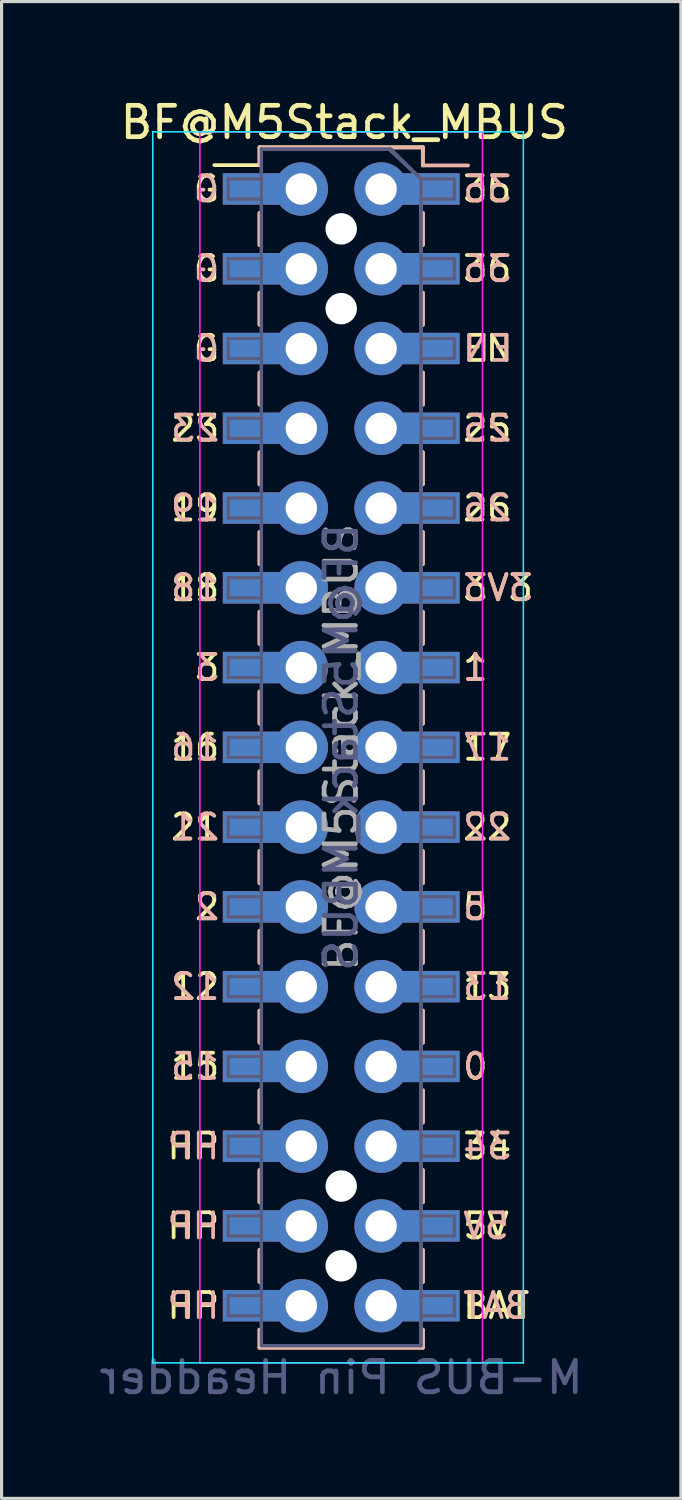
<source format=kicad_pcb>
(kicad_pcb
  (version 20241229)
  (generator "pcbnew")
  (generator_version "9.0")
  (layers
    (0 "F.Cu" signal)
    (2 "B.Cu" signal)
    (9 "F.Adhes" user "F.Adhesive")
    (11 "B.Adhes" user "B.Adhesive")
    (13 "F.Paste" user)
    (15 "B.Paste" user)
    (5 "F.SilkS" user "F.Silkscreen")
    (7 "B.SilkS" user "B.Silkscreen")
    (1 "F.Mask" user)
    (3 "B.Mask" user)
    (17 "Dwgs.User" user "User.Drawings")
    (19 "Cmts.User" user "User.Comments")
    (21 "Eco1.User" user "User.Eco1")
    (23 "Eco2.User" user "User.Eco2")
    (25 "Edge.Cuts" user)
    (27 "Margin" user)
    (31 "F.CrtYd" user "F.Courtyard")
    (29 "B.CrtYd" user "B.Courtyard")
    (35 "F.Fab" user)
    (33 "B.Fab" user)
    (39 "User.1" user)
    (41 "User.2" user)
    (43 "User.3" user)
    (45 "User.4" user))
  (footprint "BF@M5Stack_MBUS"
    (layer "F.Cu")
    (at 7.815 20.748)
    (property "Reference" "BF@M5Stack_MBUS" (at 0.1 -19.9 0) (layer "F.SilkS") (effects (font (size 1 1) (thickness 0.15))))
    (attr through_hole)
    (fp_line (start -4.04 -18.54) (end -2.6 -18.54) (stroke (width 0.12) (type solid)) (layer "F.SilkS"))
    (fp_line (start -2.6 -19.11) (end -2.6 -18.54) (stroke (width 0.12) (type solid)) (layer "F.SilkS"))
    (fp_line (start -2.6 -19.11) (end 2.6 -19.11) (stroke (width 0.12) (type solid)) (layer "F.SilkS"))
    (fp_line (start -2.6 -17.02) (end -2.6 -16) (stroke (width 0.12) (type solid)) (layer "F.SilkS"))
    (fp_line (start -2.6 -14.48) (end -2.6 -13.46) (stroke (width 0.12) (type solid)) (layer "F.SilkS"))
    (fp_line (start -2.6 -11.94) (end -2.6 -10.92) (stroke (width 0.12) (type solid)) (layer "F.SilkS"))
    (fp_line (start -2.6 -9.4) (end -2.6 -8.38) (stroke (width 0.12) (type solid)) (layer "F.SilkS"))
    (fp_line (start -2.6 -6.86) (end -2.6 -5.84) (stroke (width 0.12) (type solid)) (layer "F.SilkS"))
    (fp_line (start -2.6 -4.32) (end -2.6 -3.3) (stroke (width 0.12) (type solid)) (layer "F.SilkS"))
    (fp_line (start -2.6 -1.78) (end -2.6 -0.76) (stroke (width 0.12) (type solid)) (layer "F.SilkS"))
    (fp_line (start -2.6 0.76) (end -2.6 1.78) (stroke (width 0.12) (type solid)) (layer "F.SilkS"))
    (fp_line (start -2.6 3.3) (end -2.6 4.32) (stroke (width 0.12) (type solid)) (layer "F.SilkS"))
    (fp_line (start -2.6 5.84) (end -2.6 6.86) (stroke (width 0.12) (type solid)) (layer "F.SilkS"))
    (fp_line (start -2.6 8.38) (end -2.6 9.4) (stroke (width 0.12) (type solid)) (layer "F.SilkS"))
    (fp_line (start -2.6 10.92) (end -2.6 11.94) (stroke (width 0.12) (type solid)) (layer "F.SilkS"))
    (fp_line (start -2.6 13.46) (end -2.6 14.48) (stroke (width 0.12) (type solid)) (layer "F.SilkS"))
    (fp_line (start -2.6 16) (end -2.6 17.02) (stroke (width 0.12) (type solid)) (layer "F.SilkS"))
    (fp_line (start -2.6 18.54) (end -2.6 19.11) (stroke (width 0.12) (type solid)) (layer "F.SilkS"))
    (fp_line (start -2.6 19.11) (end 2.6 19.11) (stroke (width 0.12) (type solid)) (layer "F.SilkS"))
    (fp_line (start 2.6 -19.11) (end 2.6 -18.54) (stroke (width 0.12) (type solid)) (layer "F.SilkS"))
    (fp_line (start 2.6 -17.02) (end 2.6 -16) (stroke (width 0.12) (type solid)) (layer "F.SilkS"))
    (fp_line (start 2.6 -14.48) (end 2.6 -13.46) (stroke (width 0.12) (type solid)) (layer "F.SilkS"))
    (fp_line (start 2.6 -11.94) (end 2.6 -10.92) (stroke (width 0.12) (type solid)) (layer "F.SilkS"))
    (fp_line (start 2.6 -9.4) (end 2.6 -8.38) (stroke (width 0.12) (type solid)) (layer "F.SilkS"))
    (fp_line (start 2.6 -6.86) (end 2.6 -5.84) (stroke (width 0.12) (type solid)) (layer "F.SilkS"))
    (fp_line (start 2.6 -4.32) (end 2.6 -3.3) (stroke (width 0.12) (type solid)) (layer "F.SilkS"))
    (fp_line (start 2.6 -1.78) (end 2.6 -0.76) (stroke (width 0.12) (type solid)) (layer "F.SilkS"))
    (fp_line (start 2.6 0.76) (end 2.6 1.78) (stroke (width 0.12) (type solid)) (layer "F.SilkS"))
    (fp_line (start 2.6 3.3) (end 2.6 4.32) (stroke (width 0.12) (type solid)) (layer "F.SilkS"))
    (fp_line (start 2.6 5.84) (end 2.6 6.86) (stroke (width 0.12) (type solid)) (layer "F.SilkS"))
    (fp_line (start 2.6 8.38) (end 2.6 9.4) (stroke (width 0.12) (type solid)) (layer "F.SilkS"))
    (fp_line (start 2.6 10.92) (end 2.6 11.94) (stroke (width 0.12) (type solid)) (layer "F.SilkS"))
    (fp_line (start 2.6 13.46) (end 2.6 14.48) (stroke (width 0.12) (type solid)) (layer "F.SilkS"))
    (fp_line (start 2.6 16) (end 2.6 17.02) (stroke (width 0.12) (type solid)) (layer "F.SilkS"))
    (fp_line (start 2.6 18.54) (end 2.6 19.11) (stroke (width 0.12) (type solid)) (layer "F.SilkS"))
    (fp_line (start -2.6 -19.1) (end -2.6 -18.53) (stroke (width 0.12) (type solid)) (layer "B.SilkS"))
    (fp_line (start -2.6 -17.01) (end -2.6 -15.99) (stroke (width 0.12) (type solid)) (layer "B.SilkS"))
    (fp_line (start -2.6 -14.47) (end -2.6 -13.45) (stroke (width 0.12) (type solid)) (layer "B.SilkS"))
    (fp_line (start -2.6 -11.93) (end -2.6 -10.91) (stroke (width 0.12) (type solid)) (layer "B.SilkS"))
    (fp_line (start -2.6 -9.39) (end -2.6 -8.37) (stroke (width 0.12) (type solid)) (layer "B.SilkS"))
    (fp_line (start -2.6 -6.85) (end -2.6 -5.83) (stroke (width 0.12) (type solid)) (layer "B.SilkS"))
    (fp_line (start -2.6 -4.31) (end -2.6 -3.29) (stroke (width 0.12) (type solid)) (layer "B.SilkS"))
    (fp_line (start -2.6 -1.77) (end -2.6 -0.75) (stroke (width 0.12) (type solid)) (layer "B.SilkS"))
    (fp_line (start -2.6 0.77) (end -2.6 1.79) (stroke (width 0.12) (type solid)) (layer "B.SilkS"))
    (fp_line (start -2.6 3.31) (end -2.6 4.33) (stroke (width 0.12) (type solid)) (layer "B.SilkS"))
    (fp_line (start -2.6 5.85) (end -2.6 6.87) (stroke (width 0.12) (type solid)) (layer "B.SilkS"))
    (fp_line (start -2.6 8.39) (end -2.6 9.41) (stroke (width 0.12) (type solid)) (layer "B.SilkS"))
    (fp_line (start -2.6 10.93) (end -2.6 11.95) (stroke (width 0.12) (type solid)) (layer "B.SilkS"))
    (fp_line (start -2.6 13.47) (end -2.6 14.49) (stroke (width 0.12) (type solid)) (layer "B.SilkS"))
    (fp_line (start -2.6 16.01) (end -2.6 17.03) (stroke (width 0.12) (type solid)) (layer "B.SilkS"))
    (fp_line (start -2.6 18.55) (end -2.6 19.12) (stroke (width 0.12) (type solid)) (layer "B.SilkS"))
    (fp_line (start 2.6 -19.1) (end -2.6 -19.1) (stroke (width 0.12) (type solid)) (layer "B.SilkS"))
    (fp_line (start 2.6 -19.1) (end 2.6 -18.53) (stroke (width 0.12) (type solid)) (layer "B.SilkS"))
    (fp_line (start 2.6 -17.01) (end 2.6 -15.99) (stroke (width 0.12) (type solid)) (layer "B.SilkS"))
    (fp_line (start 2.6 -14.47) (end 2.6 -13.45) (stroke (width 0.12) (type solid)) (layer "B.SilkS"))
    (fp_line (start 2.6 -11.93) (end 2.6 -10.91) (stroke (width 0.12) (type solid)) (layer "B.SilkS"))
    (fp_line (start 2.6 -9.39) (end 2.6 -8.37) (stroke (width 0.12) (type solid)) (layer "B.SilkS"))
    (fp_line (start 2.6 -6.85) (end 2.6 -5.83) (stroke (width 0.12) (type solid)) (layer "B.SilkS"))
    (fp_line (start 2.6 -4.31) (end 2.6 -3.29) (stroke (width 0.12) (type solid)) (layer "B.SilkS"))
    (fp_line (start 2.6 -1.77) (end 2.6 -0.75) (stroke (width 0.12) (type solid)) (layer "B.SilkS"))
    (fp_line (start 2.6 0.77) (end 2.6 1.79) (stroke (width 0.12) (type solid)) (layer "B.SilkS"))
    (fp_line (start 2.6 3.31) (end 2.6 4.33) (stroke (width 0.12) (type solid)) (layer "B.SilkS"))
    (fp_line (start 2.6 5.85) (end 2.6 6.87) (stroke (width 0.12) (type solid)) (layer "B.SilkS"))
    (fp_line (start 2.6 8.39) (end 2.6 9.41) (stroke (width 0.12) (type solid)) (layer "B.SilkS"))
    (fp_line (start 2.6 10.93) (end 2.6 11.95) (stroke (width 0.12) (type solid)) (layer "B.SilkS"))
    (fp_line (start 2.6 13.47) (end 2.6 14.49) (stroke (width 0.12) (type solid)) (layer "B.SilkS"))
    (fp_line (start 2.6 16.01) (end 2.6 17.03) (stroke (width 0.12) (type solid)) (layer "B.SilkS"))
    (fp_line (start 2.6 18.55) (end 2.6 19.12) (stroke (width 0.12) (type solid)) (layer "B.SilkS"))
    (fp_line (start 2.6 19.12) (end -2.6 19.12) (stroke (width 0.12) (type solid)) (layer "B.SilkS"))
    (fp_line (start 4.04 -18.53) (end 2.6 -18.53) (stroke (width 0.12) (type solid)) (layer "B.SilkS"))
    (fp_poly (pts (xy -1.968 -17.335) (xy -3.683 -17.335) (xy -3.683 -18.224) (xy -1.968 -18.224)) (stroke (width 0.1) (type solid)) (fill yes) (layer "F.Paste"))
    (fp_poly (pts (xy -1.968 -14.796) (xy -3.683 -14.796) (xy -3.683 -15.684) (xy -1.968 -15.684)) (stroke (width 0.1) (type solid)) (fill yes) (layer "F.Paste"))
    (fp_poly (pts (xy -1.968 -12.255) (xy -3.683 -12.255) (xy -3.683 -13.145) (xy -1.968 -13.145)) (stroke (width 0.1) (type solid)) (fill yes) (layer "F.Paste"))
    (fp_poly (pts (xy -1.968 -9.716) (xy -3.683 -9.716) (xy -3.683 -10.604) (xy -1.968 -10.604)) (stroke (width 0.1) (type solid)) (fill yes) (layer "F.Paste"))
    (fp_poly (pts (xy -1.968 -7.176) (xy -3.683 -7.176) (xy -3.683 -8.065) (xy -1.968 -8.065)) (stroke (width 0.1) (type solid)) (fill yes) (layer "F.Paste"))
    (fp_poly (pts (xy -1.968 -4.636) (xy -3.683 -4.636) (xy -3.683 -5.524) (xy -1.968 -5.524)) (stroke (width 0.1) (type solid)) (fill yes) (layer "F.Paste"))
    (fp_poly (pts (xy -1.968 -2.095) (xy -3.683 -2.095) (xy -3.683 -2.985) (xy -1.968 -2.985)) (stroke (width 0.1) (type solid)) (fill yes) (layer "F.Paste"))
    (fp_poly (pts (xy -1.968 0.445) (xy -3.683 0.445) (xy -3.683 -0.445) (xy -1.968 -0.445)) (stroke (width 0.1) (type solid)) (fill yes) (layer "F.Paste"))
    (fp_poly (pts (xy -1.968 2.985) (xy -3.683 2.985) (xy -3.683 2.095) (xy -1.968 2.095)) (stroke (width 0.1) (type solid)) (fill yes) (layer "F.Paste"))
    (fp_poly (pts (xy -1.968 5.524) (xy -3.683 5.524) (xy -3.683 4.636) (xy -1.968 4.636)) (stroke (width 0.1) (type solid)) (fill yes) (layer "F.Paste"))
    (fp_poly (pts (xy -1.968 8.065) (xy -3.683 8.065) (xy -3.683 7.176) (xy -1.968 7.176)) (stroke (width 0.1) (type solid)) (fill yes) (layer "F.Paste"))
    (fp_poly (pts (xy -1.968 10.604) (xy -3.683 10.604) (xy -3.683 9.716) (xy -1.968 9.716)) (stroke (width 0.1) (type solid)) (fill yes) (layer "F.Paste"))
    (fp_poly (pts (xy -1.968 13.145) (xy -3.683 13.145) (xy -3.683 12.255) (xy -1.968 12.255)) (stroke (width 0.1) (type solid)) (fill yes) (layer "F.Paste"))
    (fp_poly (pts (xy -1.968 15.684) (xy -3.683 15.684) (xy -3.683 14.796) (xy -1.968 14.796)) (stroke (width 0.1) (type solid)) (fill yes) (layer "F.Paste"))
    (fp_poly (pts (xy -1.968 18.224) (xy -3.683 18.224) (xy -3.683 17.335) (xy -1.968 17.335)) (stroke (width 0.1) (type solid)) (fill yes) (layer "F.Paste"))
    (fp_poly (pts (xy 3.683 -17.335) (xy 1.968 -17.335) (xy 1.968 -18.224) (xy 3.683 -18.224)) (stroke (width 0.1) (type solid)) (fill yes) (layer "F.Paste"))
    (fp_poly (pts (xy 3.683 -14.796) (xy 1.968 -14.796) (xy 1.968 -15.684) (xy 3.683 -15.684)) (stroke (width 0.1) (type solid)) (fill yes) (layer "F.Paste"))
    (fp_poly (pts (xy 3.683 -12.255) (xy 1.968 -12.255) (xy 1.968 -13.145) (xy 3.683 -13.145)) (stroke (width 0.1) (type solid)) (fill yes) (layer "F.Paste"))
    (fp_poly (pts (xy 3.683 -9.716) (xy 1.968 -9.716) (xy 1.968 -10.604) (xy 3.683 -10.604)) (stroke (width 0.1) (type solid)) (fill yes) (layer "F.Paste"))
    (fp_poly (pts (xy 3.683 -7.176) (xy 1.968 -7.176) (xy 1.968 -8.065) (xy 3.683 -8.065)) (stroke (width 0.1) (type solid)) (fill yes) (layer "F.Paste"))
    (fp_poly (pts (xy 3.683 -4.636) (xy 1.968 -4.636) (xy 1.968 -5.524) (xy 3.683 -5.524)) (stroke (width 0.1) (type solid)) (fill yes) (layer "F.Paste"))
    (fp_poly (pts (xy 3.683 -2.095) (xy 1.968 -2.095) (xy 1.968 -2.985) (xy 3.683 -2.985)) (stroke (width 0.1) (type solid)) (fill yes) (layer "F.Paste"))
    (fp_poly (pts (xy 3.683 0.445) (xy 1.968 0.445) (xy 1.968 -0.445) (xy 3.683 -0.445)) (stroke (width 0.1) (type solid)) (fill yes) (layer "F.Paste"))
    (fp_poly (pts (xy 3.683 2.985) (xy 1.968 2.985) (xy 1.968 2.095) (xy 3.683 2.095)) (stroke (width 0.1) (type solid)) (fill yes) (layer "F.Paste"))
    (fp_poly (pts (xy 3.683 5.524) (xy 1.968 5.524) (xy 1.968 4.636) (xy 3.683 4.636)) (stroke (width 0.1) (type solid)) (fill yes) (layer "F.Paste"))
    (fp_poly (pts (xy 3.683 8.065) (xy 1.968 8.065) (xy 1.968 7.176) (xy 3.683 7.176)) (stroke (width 0.1) (type solid)) (fill yes) (layer "F.Paste"))
    (fp_poly (pts (xy 3.683 10.604) (xy 1.968 10.604) (xy 1.968 9.716) (xy 3.683 9.716)) (stroke (width 0.1) (type solid)) (fill yes) (layer "F.Paste"))
    (fp_poly (pts (xy 3.683 13.145) (xy 1.968 13.145) (xy 1.968 12.255) (xy 3.683 12.255)) (stroke (width 0.1) (type solid)) (fill yes) (layer "F.Paste"))
    (fp_poly (pts (xy 3.683 15.684) (xy 1.968 15.684) (xy 1.968 14.796) (xy 3.683 14.796)) (stroke (width 0.1) (type solid)) (fill yes) (layer "F.Paste"))
    (fp_poly (pts (xy 3.683 18.224) (xy 1.968 18.224) (xy 1.968 17.335) (xy 3.683 17.335)) (stroke (width 0.1) (type solid)) (fill yes) (layer "F.Paste"))
    (fp_poly (pts (xy -1.968 -18.224) (xy -3.683 -18.224) (xy -3.683 -17.335) (xy -1.968 -17.335)) (stroke (width 0.1) (type solid)) (fill yes) (layer "B.Paste"))
    (fp_poly (pts (xy -1.968 -15.684) (xy -3.683 -15.684) (xy -3.683 -14.796) (xy -1.968 -14.796)) (stroke (width 0.1) (type solid)) (fill yes) (layer "B.Paste"))
    (fp_poly (pts (xy -1.968 -13.145) (xy -3.683 -13.145) (xy -3.683 -12.255) (xy -1.968 -12.255)) (stroke (width 0.1) (type solid)) (fill yes) (layer "B.Paste"))
    (fp_poly (pts (xy -1.968 -10.604) (xy -3.683 -10.604) (xy -3.683 -9.716) (xy -1.968 -9.716)) (stroke (width 0.1) (type solid)) (fill yes) (layer "B.Paste"))
    (fp_poly (pts (xy -1.968 -8.065) (xy -3.683 -8.065) (xy -3.683 -7.176) (xy -1.968 -7.176)) (stroke (width 0.1) (type solid)) (fill yes) (layer "B.Paste"))
    (fp_poly (pts (xy -1.968 -5.524) (xy -3.683 -5.524) (xy -3.683 -4.636) (xy -1.968 -4.636)) (stroke (width 0.1) (type solid)) (fill yes) (layer "B.Paste"))
    (fp_poly (pts (xy -1.968 -2.985) (xy -3.683 -2.985) (xy -3.683 -2.095) (xy -1.968 -2.095)) (stroke (width 0.1) (type solid)) (fill yes) (layer "B.Paste"))
    (fp_poly (pts (xy -1.968 -0.445) (xy -3.683 -0.445) (xy -3.683 0.445) (xy -1.968 0.445)) (stroke (width 0.1) (type solid)) (fill yes) (layer "B.Paste"))
    (fp_poly (pts (xy -1.968 2.095) (xy -3.683 2.095) (xy -3.683 2.985) (xy -1.968 2.985)) (stroke (width 0.1) (type solid)) (fill yes) (layer "B.Paste"))
    (fp_poly (pts (xy -1.968 4.636) (xy -3.683 4.636) (xy -3.683 5.524) (xy -1.968 5.524)) (stroke (width 0.1) (type solid)) (fill yes) (layer "B.Paste"))
    (fp_poly (pts (xy -1.968 7.176) (xy -3.683 7.176) (xy -3.683 8.065) (xy -1.968 8.065)) (stroke (width 0.1) (type solid)) (fill yes) (layer "B.Paste"))
    (fp_poly (pts (xy -1.968 9.716) (xy -3.683 9.716) (xy -3.683 10.604) (xy -1.968 10.604)) (stroke (width 0.1) (type solid)) (fill yes) (layer "B.Paste"))
    (fp_poly (pts (xy -1.968 12.255) (xy -3.683 12.255) (xy -3.683 13.145) (xy -1.968 13.145)) (stroke (width 0.1) (type solid)) (fill yes) (layer "B.Paste"))
    (fp_poly (pts (xy -1.968 14.796) (xy -3.683 14.796) (xy -3.683 15.684) (xy -1.968 15.684)) (stroke (width 0.1) (type solid)) (fill yes) (layer "B.Paste"))
    (fp_poly (pts (xy -1.968 17.335) (xy -3.683 17.335) (xy -3.683 18.224) (xy -1.968 18.224)) (stroke (width 0.1) (type solid)) (fill yes) (layer "B.Paste"))
    (fp_poly (pts (xy 3.683 -18.224) (xy 1.968 -18.224) (xy 1.968 -17.335) (xy 3.683 -17.335)) (stroke (width 0.1) (type solid)) (fill yes) (layer "B.Paste"))
    (fp_poly (pts (xy 3.683 -15.684) (xy 1.968 -15.684) (xy 1.968 -14.796) (xy 3.683 -14.796)) (stroke (width 0.1) (type solid)) (fill yes) (layer "B.Paste"))
    (fp_poly (pts (xy 3.683 -13.145) (xy 1.968 -13.145) (xy 1.968 -12.255) (xy 3.683 -12.255)) (stroke (width 0.1) (type solid)) (fill yes) (layer "B.Paste"))
    (fp_poly (pts (xy 3.683 -10.604) (xy 1.968 -10.604) (xy 1.968 -9.716) (xy 3.683 -9.716)) (stroke (width 0.1) (type solid)) (fill yes) (layer "B.Paste"))
    (fp_poly (pts (xy 3.683 -8.065) (xy 1.968 -8.065) (xy 1.968 -7.176) (xy 3.683 -7.176)) (stroke (width 0.1) (type solid)) (fill yes) (layer "B.Paste"))
    (fp_poly (pts (xy 3.683 -5.524) (xy 1.968 -5.524) (xy 1.968 -4.636) (xy 3.683 -4.636)) (stroke (width 0.1) (type solid)) (fill yes) (layer "B.Paste"))
    (fp_poly (pts (xy 3.683 -2.985) (xy 1.968 -2.985) (xy 1.968 -2.095) (xy 3.683 -2.095)) (stroke (width 0.1) (type solid)) (fill yes) (layer "B.Paste"))
    (fp_poly (pts (xy 3.683 -0.445) (xy 1.968 -0.445) (xy 1.968 0.445) (xy 3.683 0.445)) (stroke (width 0.1) (type solid)) (fill yes) (layer "B.Paste"))
    (fp_poly (pts (xy 3.683 2.095) (xy 1.968 2.095) (xy 1.968 2.985) (xy 3.683 2.985)) (stroke (width 0.1) (type solid)) (fill yes) (layer "B.Paste"))
    (fp_poly (pts (xy 3.683 4.636) (xy 1.968 4.636) (xy 1.968 5.524) (xy 3.683 5.524)) (stroke (width 0.1) (type solid)) (fill yes) (layer "B.Paste"))
    (fp_poly (pts (xy 3.683 7.176) (xy 1.968 7.176) (xy 1.968 8.065) (xy 3.683 8.065)) (stroke (width 0.1) (type solid)) (fill yes) (layer "B.Paste"))
    (fp_poly (pts (xy 3.683 9.716) (xy 1.968 9.716) (xy 1.968 10.604) (xy 3.683 10.604)) (stroke (width 0.1) (type solid)) (fill yes) (layer "B.Paste"))
    (fp_poly (pts (xy 3.683 12.255) (xy 1.968 12.255) (xy 1.968 13.145) (xy 3.683 13.145)) (stroke (width 0.1) (type solid)) (fill yes) (layer "B.Paste"))
    (fp_poly (pts (xy 3.683 14.796) (xy 1.968 14.796) (xy 1.968 15.684) (xy 3.683 15.684)) (stroke (width 0.1) (type solid)) (fill yes) (layer "B.Paste"))
    (fp_poly (pts (xy 3.683 17.335) (xy 1.968 17.335) (xy 1.968 18.224) (xy 3.683 18.224)) (stroke (width 0.1) (type solid)) (fill yes) (layer "B.Paste"))
    (fp_line (start -6 -19.6) (end 5.8 -19.6) (stroke (width 0.05) (type solid)) (layer "B.CrtYd"))
    (fp_line (start -6 19.6) (end -6 -19.6) (stroke (width 0.05) (type solid)) (layer "B.CrtYd"))
    (fp_line (start 5.8 -19.6) (end 5.8 19.6) (stroke (width 0.05) (type solid)) (layer "B.CrtYd"))
    (fp_line (start 5.8 19.6) (end -6 19.6) (stroke (width 0.05) (type solid)) (layer "B.CrtYd"))
    (fp_line (start -4.5 -19.6) (end -4.5 19.6) (stroke (width 0.05) (type solid)) (layer "F.CrtYd"))
    (fp_line (start -4.5 19.6) (end 4.5 19.6) (stroke (width 0.05) (type solid)) (layer "F.CrtYd"))
    (fp_line (start 4.5 -19.6) (end -4.5 -19.6) (stroke (width 0.05) (type solid)) (layer "F.CrtYd"))
    (fp_line (start 4.5 19.6) (end 4.5 -19.6) (stroke (width 0.05) (type solid)) (layer "F.CrtYd"))
    (fp_line (start -3.6 -18.1) (end -3.6 -17.46) (stroke (width 0.1) (type solid)) (layer "B.Fab"))
    (fp_line (start -3.6 -18.1) (end -3.6 -17.46) (stroke (width 0.1) (type solid)) (layer "B.Fab"))
    (fp_line (start -3.6 -17.46) (end -2.54 -17.46) (stroke (width 0.1) (type solid)) (layer "B.Fab"))
    (fp_line (start -3.6 -17.46) (end -2.54 -17.46) (stroke (width 0.1) (type solid)) (layer "B.Fab"))
    (fp_line (start -3.6 -15.56) (end -3.6 -14.92) (stroke (width 0.1) (type solid)) (layer "B.Fab"))
    (fp_line (start -3.6 -15.56) (end -3.6 -14.92) (stroke (width 0.1) (type solid)) (layer "B.Fab"))
    (fp_line (start -3.6 -14.92) (end -2.54 -14.92) (stroke (width 0.1) (type solid)) (layer "B.Fab"))
    (fp_line (start -3.6 -14.92) (end -2.54 -14.92) (stroke (width 0.1) (type solid)) (layer "B.Fab"))
    (fp_line (start -3.6 -13.02) (end -3.6 -12.38) (stroke (width 0.1) (type solid)) (layer "B.Fab"))
    (fp_line (start -3.6 -13.02) (end -3.6 -12.38) (stroke (width 0.1) (type solid)) (layer "B.Fab"))
    (fp_line (start -3.6 -12.38) (end -2.54 -12.38) (stroke (width 0.1) (type solid)) (layer "B.Fab"))
    (fp_line (start -3.6 -12.38) (end -2.54 -12.38) (stroke (width 0.1) (type solid)) (layer "B.Fab"))
    (fp_line (start -3.6 -10.48) (end -3.6 -9.84) (stroke (width 0.1) (type solid)) (layer "B.Fab"))
    (fp_line (start -3.6 -10.48) (end -3.6 -9.84) (stroke (width 0.1) (type solid)) (layer "B.Fab"))
    (fp_line (start -3.6 -9.84) (end -2.54 -9.84) (stroke (width 0.1) (type solid)) (layer "B.Fab"))
    (fp_line (start -3.6 -9.84) (end -2.54 -9.84) (stroke (width 0.1) (type solid)) (layer "B.Fab"))
    (fp_line (start -3.6 -7.94) (end -3.6 -7.3) (stroke (width 0.1) (type solid)) (layer "B.Fab"))
    (fp_line (start -3.6 -7.94) (end -3.6 -7.3) (stroke (width 0.1) (type solid)) (layer "B.Fab"))
    (fp_line (start -3.6 -7.3) (end -2.54 -7.3) (stroke (width 0.1) (type solid)) (layer "B.Fab"))
    (fp_line (start -3.6 -7.3) (end -2.54 -7.3) (stroke (width 0.1) (type solid)) (layer "B.Fab"))
    (fp_line (start -3.6 -5.4) (end -3.6 -4.76) (stroke (width 0.1) (type solid)) (layer "B.Fab"))
    (fp_line (start -3.6 -5.4) (end -3.6 -4.76) (stroke (width 0.1) (type solid)) (layer "B.Fab"))
    (fp_line (start -3.6 -4.76) (end -2.54 -4.76) (stroke (width 0.1) (type solid)) (layer "B.Fab"))
    (fp_line (start -3.6 -4.76) (end -2.54 -4.76) (stroke (width 0.1) (type solid)) (layer "B.Fab"))
    (fp_line (start -3.6 -2.86) (end -3.6 -2.22) (stroke (width 0.1) (type solid)) (layer "B.Fab"))
    (fp_line (start -3.6 -2.86) (end -3.6 -2.22) (stroke (width 0.1) (type solid)) (layer "B.Fab"))
    (fp_line (start -3.6 -2.22) (end -2.54 -2.22) (stroke (width 0.1) (type solid)) (layer "B.Fab"))
    (fp_line (start -3.6 -2.22) (end -2.54 -2.22) (stroke (width 0.1) (type solid)) (layer "B.Fab"))
    (fp_line (start -3.6 -0.32) (end -3.6 0.32) (stroke (width 0.1) (type solid)) (layer "B.Fab"))
    (fp_line (start -3.6 -0.32) (end -3.6 0.32) (stroke (width 0.1) (type solid)) (layer "B.Fab"))
    (fp_line (start -3.6 0.32) (end -2.54 0.32) (stroke (width 0.1) (type solid)) (layer "B.Fab"))
    (fp_line (start -3.6 0.32) (end -2.54 0.32) (stroke (width 0.1) (type solid)) (layer "B.Fab"))
    (fp_line (start -3.6 2.22) (end -3.6 2.86) (stroke (width 0.1) (type solid)) (layer "B.Fab"))
    (fp_line (start -3.6 2.22) (end -3.6 2.86) (stroke (width 0.1) (type solid)) (layer "B.Fab"))
    (fp_line (start -3.6 2.86) (end -2.54 2.86) (stroke (width 0.1) (type solid)) (layer "B.Fab"))
    (fp_line (start -3.6 2.86) (end -2.54 2.86) (stroke (width 0.1) (type solid)) (layer "B.Fab"))
    (fp_line (start -3.6 4.76) (end -3.6 5.4) (stroke (width 0.1) (type solid)) (layer "B.Fab"))
    (fp_line (start -3.6 4.76) (end -3.6 5.4) (stroke (width 0.1) (type solid)) (layer "B.Fab"))
    (fp_line (start -3.6 5.4) (end -2.54 5.4) (stroke (width 0.1) (type solid)) (layer "B.Fab"))
    (fp_line (start -3.6 5.4) (end -2.54 5.4) (stroke (width 0.1) (type solid)) (layer "B.Fab"))
    (fp_line (start -3.6 7.3) (end -3.6 7.94) (stroke (width 0.1) (type solid)) (layer "B.Fab"))
    (fp_line (start -3.6 7.3) (end -3.6 7.94) (stroke (width 0.1) (type solid)) (layer "B.Fab"))
    (fp_line (start -3.6 7.94) (end -2.54 7.94) (stroke (width 0.1) (type solid)) (layer "B.Fab"))
    (fp_line (start -3.6 7.94) (end -2.54 7.94) (stroke (width 0.1) (type solid)) (layer "B.Fab"))
    (fp_line (start -3.6 9.84) (end -3.6 10.48) (stroke (width 0.1) (type solid)) (layer "B.Fab"))
    (fp_line (start -3.6 9.84) (end -3.6 10.48) (stroke (width 0.1) (type solid)) (layer "B.Fab"))
    (fp_line (start -3.6 10.48) (end -2.54 10.48) (stroke (width 0.1) (type solid)) (layer "B.Fab"))
    (fp_line (start -3.6 10.48) (end -2.54 10.48) (stroke (width 0.1) (type solid)) (layer "B.Fab"))
    (fp_line (start -3.6 12.38) (end -3.6 13.02) (stroke (width 0.1) (type solid)) (layer "B.Fab"))
    (fp_line (start -3.6 12.38) (end -3.6 13.02) (stroke (width 0.1) (type solid)) (layer "B.Fab"))
    (fp_line (start -3.6 13.02) (end -2.54 13.02) (stroke (width 0.1) (type solid)) (layer "B.Fab"))
    (fp_line (start -3.6 13.02) (end -2.54 13.02) (stroke (width 0.1) (type solid)) (layer "B.Fab"))
    (fp_line (start -3.6 14.92) (end -3.6 15.56) (stroke (width 0.1) (type solid)) (layer "B.Fab"))
    (fp_line (start -3.6 14.92) (end -3.6 15.56) (stroke (width 0.1) (type solid)) (layer "B.Fab"))
    (fp_line (start -3.6 15.56) (end -2.54 15.56) (stroke (width 0.1) (type solid)) (layer "B.Fab"))
    (fp_line (start -3.6 15.56) (end -2.54 15.56) (stroke (width 0.1) (type solid)) (layer "B.Fab"))
    (fp_line (start -3.6 17.46) (end -3.6 18.1) (stroke (width 0.1) (type solid)) (layer "B.Fab"))
    (fp_line (start -3.6 17.46) (end -3.6 18.1) (stroke (width 0.1) (type solid)) (layer "B.Fab"))
    (fp_line (start -3.6 18.1) (end -2.54 18.1) (stroke (width 0.1) (type solid)) (layer "B.Fab"))
    (fp_line (start -3.6 18.1) (end -2.54 18.1) (stroke (width 0.1) (type solid)) (layer "B.Fab"))
    (fp_line (start -2.54 -19.05) (end -2.54 19.05) (stroke (width 0.1) (type solid)) (layer "B.Fab"))
    (fp_line (start -2.54 -19.05) (end 1.524 -19.05) (stroke (width 0.1) (type solid)) (layer "B.Fab"))
    (fp_line (start -2.54 -18.1) (end -3.6 -18.1) (stroke (width 0.1) (type solid)) (layer "B.Fab"))
    (fp_line (start -2.54 -18.1) (end -3.6 -18.1) (stroke (width 0.1) (type solid)) (layer "B.Fab"))
    (fp_line (start -2.54 -15.56) (end -3.6 -15.56) (stroke (width 0.1) (type solid)) (layer "B.Fab"))
    (fp_line (start -2.54 -15.56) (end -3.6 -15.56) (stroke (width 0.1) (type solid)) (layer "B.Fab"))
    (fp_line (start -2.54 -13.02) (end -3.6 -13.02) (stroke (width 0.1) (type solid)) (layer "B.Fab"))
    (fp_line (start -2.54 -13.02) (end -3.6 -13.02) (stroke (width 0.1) (type solid)) (layer "B.Fab"))
    (fp_line (start -2.54 -10.48) (end -3.6 -10.48) (stroke (width 0.1) (type solid)) (layer "B.Fab"))
    (fp_line (start -2.54 -10.48) (end -3.6 -10.48) (stroke (width 0.1) (type solid)) (layer "B.Fab"))
    (fp_line (start -2.54 -7.94) (end -3.6 -7.94) (stroke (width 0.1) (type solid)) (layer "B.Fab"))
    (fp_line (start -2.54 -7.94) (end -3.6 -7.94) (stroke (width 0.1) (type solid)) (layer "B.Fab"))
    (fp_line (start -2.54 -5.4) (end -3.6 -5.4) (stroke (width 0.1) (type solid)) (layer "B.Fab"))
    (fp_line (start -2.54 -5.4) (end -3.6 -5.4) (stroke (width 0.1) (type solid)) (layer "B.Fab"))
    (fp_line (start -2.54 -2.86) (end -3.6 -2.86) (stroke (width 0.1) (type solid)) (layer "B.Fab"))
    (fp_line (start -2.54 -2.86) (end -3.6 -2.86) (stroke (width 0.1) (type solid)) (layer "B.Fab"))
    (fp_line (start -2.54 -0.32) (end -3.6 -0.32) (stroke (width 0.1) (type solid)) (layer "B.Fab"))
    (fp_line (start -2.54 -0.32) (end -3.6 -0.32) (stroke (width 0.1) (type solid)) (layer "B.Fab"))
    (fp_line (start -2.54 2.22) (end -3.6 2.22) (stroke (width 0.1) (type solid)) (layer "B.Fab"))
    (fp_line (start -2.54 2.22) (end -3.6 2.22) (stroke (width 0.1) (type solid)) (layer "B.Fab"))
    (fp_line (start -2.54 4.76) (end -3.6 4.76) (stroke (width 0.1) (type solid)) (layer "B.Fab"))
    (fp_line (start -2.54 4.76) (end -3.6 4.76) (stroke (width 0.1) (type solid)) (layer "B.Fab"))
    (fp_line (start -2.54 7.3) (end -3.6 7.3) (stroke (width 0.1) (type solid)) (layer "B.Fab"))
    (fp_line (start -2.54 7.3) (end -3.6 7.3) (stroke (width 0.1) (type solid)) (layer "B.Fab"))
    (fp_line (start -2.54 9.84) (end -3.6 9.84) (stroke (width 0.1) (type solid)) (layer "B.Fab"))
    (fp_line (start -2.54 9.84) (end -3.6 9.84) (stroke (width 0.1) (type solid)) (layer "B.Fab"))
    (fp_line (start -2.54 12.38) (end -3.6 12.38) (stroke (width 0.1) (type solid)) (layer "B.Fab"))
    (fp_line (start -2.54 12.38) (end -3.6 12.38) (stroke (width 0.1) (type solid)) (layer "B.Fab"))
    (fp_line (start -2.54 14.92) (end -3.6 14.92) (stroke (width 0.1) (type solid)) (layer "B.Fab"))
    (fp_line (start -2.54 14.92) (end -3.6 14.92) (stroke (width 0.1) (type solid)) (layer "B.Fab"))
    (fp_line (start -2.54 17.46) (end -3.6 17.46) (stroke (width 0.1) (type solid)) (layer "B.Fab"))
    (fp_line (start -2.54 17.46) (end -3.6 17.46) (stroke (width 0.1) (type solid)) (layer "B.Fab"))
    (fp_line (start -2.54 19.05) (end -2.54 -19.05) (stroke (width 0.1) (type solid)) (layer "B.Fab"))
    (fp_line (start -2.54 19.05) (end 2.54 19.05) (stroke (width 0.1) (type solid)) (layer "B.Fab"))
    (fp_line (start 1.59 -19.05) (end -2.54 -19.05) (stroke (width 0.1) (type solid)) (layer "B.Fab"))
    (fp_line (start 2.54 -18.1) (end 1.524 -19.05) (stroke (width 0.1) (type solid)) (layer "B.Fab"))
    (fp_line (start 2.54 -18.1) (end 1.59 -19.05) (stroke (width 0.1) (type solid)) (layer "B.Fab"))
    (fp_line (start 2.54 -18.1) (end 2.54 19.05) (stroke (width 0.1) (type solid)) (layer "B.Fab"))
    (fp_line (start 2.54 -18.1) (end 3.6 -18.1) (stroke (width 0.1) (type solid)) (layer "B.Fab"))
    (fp_line (start 2.54 -18.1) (end 3.6 -18.1) (stroke (width 0.1) (type solid)) (layer "B.Fab"))
    (fp_line (start 2.54 -15.56) (end 3.6 -15.56) (stroke (width 0.1) (type solid)) (layer "B.Fab"))
    (fp_line (start 2.54 -15.56) (end 3.6 -15.56) (stroke (width 0.1) (type solid)) (layer "B.Fab"))
    (fp_line (start 2.54 -13.02) (end 3.6 -13.02) (stroke (width 0.1) (type solid)) (layer "B.Fab"))
    (fp_line (start 2.54 -13.02) (end 3.6 -13.02) (stroke (width 0.1) (type solid)) (layer "B.Fab"))
    (fp_line (start 2.54 -10.48) (end 3.6 -10.48) (stroke (width 0.1) (type solid)) (layer "B.Fab"))
    (fp_line (start 2.54 -10.48) (end 3.6 -10.48) (stroke (width 0.1) (type solid)) (layer "B.Fab"))
    (fp_line (start 2.54 -7.94) (end 3.6 -7.94) (stroke (width 0.1) (type solid)) (layer "B.Fab"))
    (fp_line (start 2.54 -7.94) (end 3.6 -7.94) (stroke (width 0.1) (type solid)) (layer "B.Fab"))
    (fp_line (start 2.54 -5.4) (end 3.6 -5.4) (stroke (width 0.1) (type solid)) (layer "B.Fab"))
    (fp_line (start 2.54 -5.4) (end 3.6 -5.4) (stroke (width 0.1) (type solid)) (layer "B.Fab"))
    (fp_line (start 2.54 -2.86) (end 3.6 -2.86) (stroke (width 0.1) (type solid)) (layer "B.Fab"))
    (fp_line (start 2.54 -2.86) (end 3.6 -2.86) (stroke (width 0.1) (type solid)) (layer "B.Fab"))
    (fp_line (start 2.54 -0.32) (end 3.6 -0.32) (stroke (width 0.1) (type solid)) (layer "B.Fab"))
    (fp_line (start 2.54 -0.32) (end 3.6 -0.32) (stroke (width 0.1) (type solid)) (layer "B.Fab"))
    (fp_line (start 2.54 2.22) (end 3.6 2.22) (stroke (width 0.1) (type solid)) (layer "B.Fab"))
    (fp_line (start 2.54 2.22) (end 3.6 2.22) (stroke (width 0.1) (type solid)) (layer "B.Fab"))
    (fp_line (start 2.54 4.76) (end 3.6 4.76) (stroke (width 0.1) (type solid)) (layer "B.Fab"))
    (fp_line (start 2.54 4.76) (end 3.6 4.76) (stroke (width 0.1) (type solid)) (layer "B.Fab"))
    (fp_line (start 2.54 7.3) (end 3.6 7.3) (stroke (width 0.1) (type solid)) (layer "B.Fab"))
    (fp_line (start 2.54 7.3) (end 3.6 7.3) (stroke (width 0.1) (type solid)) (layer "B.Fab"))
    (fp_line (start 2.54 9.84) (end 3.6 9.84) (stroke (width 0.1) (type solid)) (layer "B.Fab"))
    (fp_line (start 2.54 9.84) (end 3.6 9.84) (stroke (width 0.1) (type solid)) (layer "B.Fab"))
    (fp_line (start 2.54 12.38) (end 3.6 12.38) (stroke (width 0.1) (type solid)) (layer "B.Fab"))
    (fp_line (start 2.54 12.38) (end 3.6 12.38) (stroke (width 0.1) (type solid)) (layer "B.Fab"))
    (fp_line (start 2.54 14.92) (end 3.6 14.92) (stroke (width 0.1) (type solid)) (layer "B.Fab"))
    (fp_line (start 2.54 14.92) (end 3.6 14.92) (stroke (width 0.1) (type solid)) (layer "B.Fab"))
    (fp_line (start 2.54 17.46) (end 3.6 17.46) (stroke (width 0.1) (type solid)) (layer "B.Fab"))
    (fp_line (start 2.54 17.46) (end 3.6 17.46) (stroke (width 0.1) (type solid)) (layer "B.Fab"))
    (fp_line (start 2.54 19.05) (end -2.54 19.05) (stroke (width 0.1) (type solid)) (layer "B.Fab"))
    (fp_line (start 2.54 19.05) (end 2.54 -18.1) (stroke (width 0.1) (type solid)) (layer "B.Fab"))
    (fp_line (start 3.6 -18.1) (end 3.6 -17.46) (stroke (width 0.1) (type solid)) (layer "B.Fab"))
    (fp_line (start 3.6 -18.1) (end 3.6 -17.46) (stroke (width 0.1) (type solid)) (layer "B.Fab"))
    (fp_line (start 3.6 -17.46) (end 2.54 -17.46) (stroke (width 0.1) (type solid)) (layer "B.Fab"))
    (fp_line (start 3.6 -17.46) (end 2.54 -17.46) (stroke (width 0.1) (type solid)) (layer "B.Fab"))
    (fp_line (start 3.6 -15.56) (end 3.6 -14.92) (stroke (width 0.1) (type solid)) (layer "B.Fab"))
    (fp_line (start 3.6 -15.56) (end 3.6 -14.92) (stroke (width 0.1) (type solid)) (layer "B.Fab"))
    (fp_line (start 3.6 -14.92) (end 2.54 -14.92) (stroke (width 0.1) (type solid)) (layer "B.Fab"))
    (fp_line (start 3.6 -14.92) (end 2.54 -14.92) (stroke (width 0.1) (type solid)) (layer "B.Fab"))
    (fp_line (start 3.6 -13.02) (end 3.6 -12.38) (stroke (width 0.1) (type solid)) (layer "B.Fab"))
    (fp_line (start 3.6 -13.02) (end 3.6 -12.38) (stroke (width 0.1) (type solid)) (layer "B.Fab"))
    (fp_line (start 3.6 -12.38) (end 2.54 -12.38) (stroke (width 0.1) (type solid)) (layer "B.Fab"))
    (fp_line (start 3.6 -12.38) (end 2.54 -12.38) (stroke (width 0.1) (type solid)) (layer "B.Fab"))
    (fp_line (start 3.6 -10.48) (end 3.6 -9.84) (stroke (width 0.1) (type solid)) (layer "B.Fab"))
    (fp_line (start 3.6 -10.48) (end 3.6 -9.84) (stroke (width 0.1) (type solid)) (layer "B.Fab"))
    (fp_line (start 3.6 -9.84) (end 2.54 -9.84) (stroke (width 0.1) (type solid)) (layer "B.Fab"))
    (fp_line (start 3.6 -9.84) (end 2.54 -9.84) (stroke (width 0.1) (type solid)) (layer "B.Fab"))
    (fp_line (start 3.6 -7.94) (end 3.6 -7.3) (stroke (width 0.1) (type solid)) (layer "B.Fab"))
    (fp_line (start 3.6 -7.94) (end 3.6 -7.3) (stroke (width 0.1) (type solid)) (layer "B.Fab"))
    (fp_line (start 3.6 -7.3) (end 2.54 -7.3) (stroke (width 0.1) (type solid)) (layer "B.Fab"))
    (fp_line (start 3.6 -7.3) (end 2.54 -7.3) (stroke (width 0.1) (type solid)) (layer "B.Fab"))
    (fp_line (start 3.6 -5.4) (end 3.6 -4.76) (stroke (width 0.1) (type solid)) (layer "B.Fab"))
    (fp_line (start 3.6 -5.4) (end 3.6 -4.76) (stroke (width 0.1) (type solid)) (layer "B.Fab"))
    (fp_line (start 3.6 -4.76) (end 2.54 -4.76) (stroke (width 0.1) (type solid)) (layer "B.Fab"))
    (fp_line (start 3.6 -4.76) (end 2.54 -4.76) (stroke (width 0.1) (type solid)) (layer "B.Fab"))
    (fp_line (start 3.6 -2.86) (end 3.6 -2.22) (stroke (width 0.1) (type solid)) (layer "B.Fab"))
    (fp_line (start 3.6 -2.86) (end 3.6 -2.22) (stroke (width 0.1) (type solid)) (layer "B.Fab"))
    (fp_line (start 3.6 -2.22) (end 2.54 -2.22) (stroke (width 0.1) (type solid)) (layer "B.Fab"))
    (fp_line (start 3.6 -2.22) (end 2.54 -2.22) (stroke (width 0.1) (type solid)) (layer "B.Fab"))
    (fp_line (start 3.6 -0.32) (end 3.6 0.32) (stroke (width 0.1) (type solid)) (layer "B.Fab"))
    (fp_line (start 3.6 -0.32) (end 3.6 0.32) (stroke (width 0.1) (type solid)) (layer "B.Fab"))
    (fp_line (start 3.6 0.32) (end 2.54 0.32) (stroke (width 0.1) (type solid)) (layer "B.Fab"))
    (fp_line (start 3.6 0.32) (end 2.54 0.32) (stroke (width 0.1) (type solid)) (layer "B.Fab"))
    (fp_line (start 3.6 2.22) (end 3.6 2.86) (stroke (width 0.1) (type solid)) (layer "B.Fab"))
    (fp_line (start 3.6 2.22) (end 3.6 2.86) (stroke (width 0.1) (type solid)) (layer "B.Fab"))
    (fp_line (start 3.6 2.86) (end 2.54 2.86) (stroke (width 0.1) (type solid)) (layer "B.Fab"))
    (fp_line (start 3.6 2.86) (end 2.54 2.86) (stroke (width 0.1) (type solid)) (layer "B.Fab"))
    (fp_line (start 3.6 4.76) (end 3.6 5.4) (stroke (width 0.1) (type solid)) (layer "B.Fab"))
    (fp_line (start 3.6 4.76) (end 3.6 5.4) (stroke (width 0.1) (type solid)) (layer "B.Fab"))
    (fp_line (start 3.6 5.4) (end 2.54 5.4) (stroke (width 0.1) (type solid)) (layer "B.Fab"))
    (fp_line (start 3.6 5.4) (end 2.54 5.4) (stroke (width 0.1) (type solid)) (layer "B.Fab"))
    (fp_line (start 3.6 7.3) (end 3.6 7.94) (stroke (width 0.1) (type solid)) (layer "B.Fab"))
    (fp_line (start 3.6 7.3) (end 3.6 7.94) (stroke (width 0.1) (type solid)) (layer "B.Fab"))
    (fp_line (start 3.6 7.94) (end 2.54 7.94) (stroke (width 0.1) (type solid)) (layer "B.Fab"))
    (fp_line (start 3.6 7.94) (end 2.54 7.94) (stroke (width 0.1) (type solid)) (layer "B.Fab"))
    (fp_line (start 3.6 9.84) (end 3.6 10.48) (stroke (width 0.1) (type solid)) (layer "B.Fab"))
    (fp_line (start 3.6 9.84) (end 3.6 10.48) (stroke (width 0.1) (type solid)) (layer "B.Fab"))
    (fp_line (start 3.6 10.48) (end 2.54 10.48) (stroke (width 0.1) (type solid)) (layer "B.Fab"))
    (fp_line (start 3.6 10.48) (end 2.54 10.48) (stroke (width 0.1) (type solid)) (layer "B.Fab"))
    (fp_line (start 3.6 12.38) (end 3.6 13.02) (stroke (width 0.1) (type solid)) (layer "B.Fab"))
    (fp_line (start 3.6 12.38) (end 3.6 13.02) (stroke (width 0.1) (type solid)) (layer "B.Fab"))
    (fp_line (start 3.6 13.02) (end 2.54 13.02) (stroke (width 0.1) (type solid)) (layer "B.Fab"))
    (fp_line (start 3.6 13.02) (end 2.54 13.02) (stroke (width 0.1) (type solid)) (layer "B.Fab"))
    (fp_line (start 3.6 14.92) (end 3.6 15.56) (stroke (width 0.1) (type solid)) (layer "B.Fab"))
    (fp_line (start 3.6 14.92) (end 3.6 15.56) (stroke (width 0.1) (type solid)) (layer "B.Fab"))
    (fp_line (start 3.6 15.56) (end 2.54 15.56) (stroke (width 0.1) (type solid)) (layer "B.Fab"))
    (fp_line (start 3.6 15.56) (end 2.54 15.56) (stroke (width 0.1) (type solid)) (layer "B.Fab"))
    (fp_line (start 3.6 17.46) (end 3.6 18.1) (stroke (width 0.1) (type solid)) (layer "B.Fab"))
    (fp_line (start 3.6 17.46) (end 3.6 18.1) (stroke (width 0.1) (type solid)) (layer "B.Fab"))
    (fp_line (start 3.6 18.1) (end 2.54 18.1) (stroke (width 0.1) (type solid)) (layer "B.Fab"))
    (fp_line (start 3.6 18.1) (end 2.54 18.1) (stroke (width 0.1) (type solid)) (layer "B.Fab"))
    (fp_line (start -3.6 -18.1) (end -3.6 -17.46) (stroke (width 0.1) (type solid)) (layer "F.Fab"))
    (fp_line (start -3.6 -17.46) (end -2.54 -17.46) (stroke (width 0.1) (type solid)) (layer "F.Fab"))
    (fp_line (start -3.6 -15.56) (end -3.6 -14.92) (stroke (width 0.1) (type solid)) (layer "F.Fab"))
    (fp_line (start -3.6 -14.92) (end -2.54 -14.92) (stroke (width 0.1) (type solid)) (layer "F.Fab"))
    (fp_line (start -3.6 -13.02) (end -3.6 -12.38) (stroke (width 0.1) (type solid)) (layer "F.Fab"))
    (fp_line (start -3.6 -12.38) (end -2.54 -12.38) (stroke (width 0.1) (type solid)) (layer "F.Fab"))
    (fp_line (start -3.6 -10.48) (end -3.6 -9.84) (stroke (width 0.1) (type solid)) (layer "F.Fab"))
    (fp_line (start -3.6 -9.84) (end -2.54 -9.84) (stroke (width 0.1) (type solid)) (layer "F.Fab"))
    (fp_line (start -3.6 -7.94) (end -3.6 -7.3) (stroke (width 0.1) (type solid)) (layer "F.Fab"))
    (fp_line (start -3.6 -7.3) (end -2.54 -7.3) (stroke (width 0.1) (type solid)) (layer "F.Fab"))
    (fp_line (start -3.6 -5.4) (end -3.6 -4.76) (stroke (width 0.1) (type solid)) (layer "F.Fab"))
    (fp_line (start -3.6 -4.76) (end -2.54 -4.76) (stroke (width 0.1) (type solid)) (layer "F.Fab"))
    (fp_line (start -3.6 -2.86) (end -3.6 -2.22) (stroke (width 0.1) (type solid)) (layer "F.Fab"))
    (fp_line (start -3.6 -2.22) (end -2.54 -2.22) (stroke (width 0.1) (type solid)) (layer "F.Fab"))
    (fp_line (start -3.6 -0.32) (end -3.6 0.32) (stroke (width 0.1) (type solid)) (layer "F.Fab"))
    (fp_line (start -3.6 0.32) (end -2.54 0.32) (stroke (width 0.1) (type solid)) (layer "F.Fab"))
    (fp_line (start -3.6 2.22) (end -3.6 2.86) (stroke (width 0.1) (type solid)) (layer "F.Fab"))
    (fp_line (start -3.6 2.86) (end -2.54 2.86) (stroke (width 0.1) (type solid)) (layer "F.Fab"))
    (fp_line (start -3.6 4.76) (end -3.6 5.4) (stroke (width 0.1) (type solid)) (layer "F.Fab"))
    (fp_line (start -3.6 5.4) (end -2.54 5.4) (stroke (width 0.1) (type solid)) (layer "F.Fab"))
    (fp_line (start -3.6 7.3) (end -3.6 7.94) (stroke (width 0.1) (type solid)) (layer "F.Fab"))
    (fp_line (start -3.6 7.94) (end -2.54 7.94) (stroke (width 0.1) (type solid)) (layer "F.Fab"))
    (fp_line (start -3.6 9.84) (end -3.6 10.48) (stroke (width 0.1) (type solid)) (layer "F.Fab"))
    (fp_line (start -3.6 10.48) (end -2.54 10.48) (stroke (width 0.1) (type solid)) (layer "F.Fab"))
    (fp_line (start -3.6 12.38) (end -3.6 13.02) (stroke (width 0.1) (type solid)) (layer "F.Fab"))
    (fp_line (start -3.6 13.02) (end -2.54 13.02) (stroke (width 0.1) (type solid)) (layer "F.Fab"))
    (fp_line (start -3.6 14.92) (end -3.6 15.56) (stroke (width 0.1) (type solid)) (layer "F.Fab"))
    (fp_line (start -3.6 15.56) (end -2.54 15.56) (stroke (width 0.1) (type solid)) (layer "F.Fab"))
    (fp_line (start -3.6 17.46) (end -3.6 18.1) (stroke (width 0.1) (type solid)) (layer "F.Fab"))
    (fp_line (start -3.6 18.1) (end -2.54 18.1) (stroke (width 0.1) (type solid)) (layer "F.Fab"))
    (fp_line (start -2.54 -19.05) (end 1.524 -19.05) (stroke (width 0.1) (type solid)) (layer "F.Fab"))
    (fp_line (start -2.54 -18.1) (end -3.6 -18.1) (stroke (width 0.1) (type solid)) (layer "F.Fab"))
    (fp_line (start -2.54 -15.56) (end -3.6 -15.56) (stroke (width 0.1) (type solid)) (layer "F.Fab"))
    (fp_line (start -2.54 -13.02) (end -3.6 -13.02) (stroke (width 0.1) (type solid)) (layer "F.Fab"))
    (fp_line (start -2.54 -10.48) (end -3.6 -10.48) (stroke (width 0.1) (type solid)) (layer "F.Fab"))
    (fp_line (start -2.54 -7.94) (end -3.6 -7.94) (stroke (width 0.1) (type solid)) (layer "F.Fab"))
    (fp_line (start -2.54 -5.4) (end -3.6 -5.4) (stroke (width 0.1) (type solid)) (layer "F.Fab"))
    (fp_line (start -2.54 -2.86) (end -3.6 -2.86) (stroke (width 0.1) (type solid)) (layer "F.Fab"))
    (fp_line (start -2.54 -0.32) (end -3.6 -0.32) (stroke (width 0.1) (type solid)) (layer "F.Fab"))
    (fp_line (start -2.54 2.22) (end -3.6 2.22) (stroke (width 0.1) (type solid)) (layer "F.Fab"))
    (fp_line (start -2.54 4.76) (end -3.6 4.76) (stroke (width 0.1) (type solid)) (layer "F.Fab"))
    (fp_line (start -2.54 7.3) (end -3.6 7.3) (stroke (width 0.1) (type solid)) (layer "F.Fab"))
    (fp_line (start -2.54 9.84) (end -3.6 9.84) (stroke (width 0.1) (type solid)) (layer "F.Fab"))
    (fp_line (start -2.54 12.38) (end -3.6 12.38) (stroke (width 0.1) (type solid)) (layer "F.Fab"))
    (fp_line (start -2.54 14.92) (end -3.6 14.92) (stroke (width 0.1) (type solid)) (layer "F.Fab"))
    (fp_line (start -2.54 17.46) (end -3.6 17.46) (stroke (width 0.1) (type solid)) (layer "F.Fab"))
    (fp_line (start -2.54 19.05) (end -2.54 -19.05) (stroke (width 0.1) (type solid)) (layer "F.Fab"))
    (fp_line (start 2.54 -18.1) (end 1.524 -19.05) (stroke (width 0.1) (type solid)) (layer "F.Fab"))
    (fp_line (start 2.54 -18.1) (end 2.54 19.05) (stroke (width 0.1) (type solid)) (layer "F.Fab"))
    (fp_line (start 2.54 -18.1) (end 3.6 -18.1) (stroke (width 0.1) (type solid)) (layer "F.Fab"))
    (fp_line (start 2.54 -15.56) (end 3.6 -15.56) (stroke (width 0.1) (type solid)) (layer "F.Fab"))
    (fp_line (start 2.54 -13.02) (end 3.6 -13.02) (stroke (width 0.1) (type solid)) (layer "F.Fab"))
    (fp_line (start 2.54 -10.48) (end 3.6 -10.48) (stroke (width 0.1) (type solid)) (layer "F.Fab"))
    (fp_line (start 2.54 -7.94) (end 3.6 -7.94) (stroke (width 0.1) (type solid)) (layer "F.Fab"))
    (fp_line (start 2.54 -5.4) (end 3.6 -5.4) (stroke (width 0.1) (type solid)) (layer "F.Fab"))
    (fp_line (start 2.54 -2.86) (end 3.6 -2.86) (stroke (width 0.1) (type solid)) (layer "F.Fab"))
    (fp_line (start 2.54 -0.32) (end 3.6 -0.32) (stroke (width 0.1) (type solid)) (layer "F.Fab"))
    (fp_line (start 2.54 2.22) (end 3.6 2.22) (stroke (width 0.1) (type solid)) (layer "F.Fab"))
    (fp_line (start 2.54 4.76) (end 3.6 4.76) (stroke (width 0.1) (type solid)) (layer "F.Fab"))
    (fp_line (start 2.54 7.3) (end 3.6 7.3) (stroke (width 0.1) (type solid)) (layer "F.Fab"))
    (fp_line (start 2.54 9.84) (end 3.6 9.84) (stroke (width 0.1) (type solid)) (layer "F.Fab"))
    (fp_line (start 2.54 12.38) (end 3.6 12.38) (stroke (width 0.1) (type solid)) (layer "F.Fab"))
    (fp_line (start 2.54 14.92) (end 3.6 14.92) (stroke (width 0.1) (type solid)) (layer "F.Fab"))
    (fp_line (start 2.54 17.46) (end 3.6 17.46) (stroke (width 0.1) (type solid)) (layer "F.Fab"))
    (fp_line (start 2.54 19.05) (end -2.54 19.05) (stroke (width 0.1) (type solid)) (layer "F.Fab"))
    (fp_line (start 3.6 -18.1) (end 3.6 -17.46) (stroke (width 0.1) (type solid)) (layer "F.Fab"))
    (fp_line (start 3.6 -17.46) (end 2.54 -17.46) (stroke (width 0.1) (type solid)) (layer "F.Fab"))
    (fp_line (start 3.6 -15.56) (end 3.6 -14.92) (stroke (width 0.1) (type solid)) (layer "F.Fab"))
    (fp_line (start 3.6 -14.92) (end 2.54 -14.92) (stroke (width 0.1) (type solid)) (layer "F.Fab"))
    (fp_line (start 3.6 -13.02) (end 3.6 -12.38) (stroke (width 0.1) (type solid)) (layer "F.Fab"))
    (fp_line (start 3.6 -12.38) (end 2.54 -12.38) (stroke (width 0.1) (type solid)) (layer "F.Fab"))
    (fp_line (start 3.6 -10.48) (end 3.6 -9.84) (stroke (width 0.1) (type solid)) (layer "F.Fab"))
    (fp_line (start 3.6 -9.84) (end 2.54 -9.84) (stroke (width 0.1) (type solid)) (layer "F.Fab"))
    (fp_line (start 3.6 -7.94) (end 3.6 -7.3) (stroke (width 0.1) (type solid)) (layer "F.Fab"))
    (fp_line (start 3.6 -7.3) (end 2.54 -7.3) (stroke (width 0.1) (type solid)) (layer "F.Fab"))
    (fp_line (start 3.6 -5.4) (end 3.6 -4.76) (stroke (width 0.1) (type solid)) (layer "F.Fab"))
    (fp_line (start 3.6 -4.76) (end 2.54 -4.76) (stroke (width 0.1) (type solid)) (layer "F.Fab"))
    (fp_line (start 3.6 -2.86) (end 3.6 -2.22) (stroke (width 0.1) (type solid)) (layer "F.Fab"))
    (fp_line (start 3.6 -2.22) (end 2.54 -2.22) (stroke (width 0.1) (type solid)) (layer "F.Fab"))
    (fp_line (start 3.6 -0.32) (end 3.6 0.32) (stroke (width 0.1) (type solid)) (layer "F.Fab"))
    (fp_line (start 3.6 0.32) (end 2.54 0.32) (stroke (width 0.1) (type solid)) (layer "F.Fab"))
    (fp_line (start 3.6 2.22) (end 3.6 2.86) (stroke (width 0.1) (type solid)) (layer "F.Fab"))
    (fp_line (start 3.6 2.86) (end 2.54 2.86) (stroke (width 0.1) (type solid)) (layer "F.Fab"))
    (fp_line (start 3.6 4.76) (end 3.6 5.4) (stroke (width 0.1) (type solid)) (layer "F.Fab"))
    (fp_line (start 3.6 5.4) (end 2.54 5.4) (stroke (width 0.1) (type solid)) (layer "F.Fab"))
    (fp_line (start 3.6 7.3) (end 3.6 7.94) (stroke (width 0.1) (type solid)) (layer "F.Fab"))
    (fp_line (start 3.6 7.94) (end 2.54 7.94) (stroke (width 0.1) (type solid)) (layer "F.Fab"))
    (fp_line (start 3.6 9.84) (end 3.6 10.48) (stroke (width 0.1) (type solid)) (layer "F.Fab"))
    (fp_line (start 3.6 10.48) (end 2.54 10.48) (stroke (width 0.1) (type solid)) (layer "F.Fab"))
    (fp_line (start 3.6 12.38) (end 3.6 13.02) (stroke (width 0.1) (type solid)) (layer "F.Fab"))
    (fp_line (start 3.6 13.02) (end 2.54 13.02) (stroke (width 0.1) (type solid)) (layer "F.Fab"))
    (fp_line (start 3.6 14.92) (end 3.6 15.56) (stroke (width 0.1) (type solid)) (layer "F.Fab"))
    (fp_line (start 3.6 15.56) (end 2.54 15.56) (stroke (width 0.1) (type solid)) (layer "F.Fab"))
    (fp_line (start 3.6 17.46) (end 3.6 18.1) (stroke (width 0.1) (type solid)) (layer "F.Fab"))
    (fp_line (start 3.6 18.1) (end 2.54 18.1) (stroke (width 0.1) (type solid)) (layer "F.Fab"))
    (fp_text user "21" (at -3.81 2.54 0) (layer "F.SilkS") (effects (font (size 0.8 0.8) (thickness 0.12)) (justify right)))
    (fp_text user "26" (at 3.81 -7.62 0) (layer "F.SilkS") (effects (font (size 0.8 0.8) (thickness 0.12)) (justify left)))
    (fp_text user "23" (at -3.81 -10.16 0) (layer "F.SilkS") (effects (font (size 0.8 0.8) (thickness 0.12)) (justify right)))
    (fp_text user "35" (at 3.81 -17.78 0) (layer "F.SilkS") (effects (font (size 0.8 0.8) (thickness 0.12)) (justify left)))
    (fp_text user "G" (at -3.81 -17.78 0) (layer "F.SilkS") (effects (font (size 0.8 0.8) (thickness 0.12)) (justify right)))
    (fp_text user "G" (at -3.81 -15.24 0) (layer "F.SilkS") (effects (font (size 0.8 0.8) (thickness 0.12)) (justify right)))
    (fp_text user "22" (at 3.81 2.54 0) (layer "F.SilkS") (effects (font (size 0.8 0.8) (thickness 0.12)) (justify left)))
    (fp_text user "18" (at -3.81 -5.08 0) (layer "F.SilkS") (effects (font (size 0.8 0.8) (thickness 0.12)) (justify right)))
    (fp_text user "17" (at 3.81 0 0) (layer "F.SilkS") (effects (font (size 0.8 0.8) (thickness 0.12)) (justify left)))
    (fp_text user "3V3" (at 3.81 -5.08 0) (layer "F.SilkS") (effects (font (size 0.8 0.8) (thickness 0.12)) (justify left)))
    (fp_text user "HP" (at -3.81 15.24 0) (layer "F.SilkS") (effects (font (size 0.8 0.8) (thickness 0.12)) (justify right)))
    (fp_text user "HP" (at -3.81 12.7 0) (layer "F.SilkS") (effects (font (size 0.8 0.8) (thickness 0.12)) (justify right)))
    (fp_text user "1" (at 3.81 -2.54 0) (layer "F.SilkS") (effects (font (size 0.8 0.8) (thickness 0.12)) (justify left)))
    (fp_text user "16" (at -3.81 0 0) (layer "F.SilkS") (effects (font (size 0.8 0.8) (thickness 0.12)) (justify right)))
    (fp_text user "12" (at -3.81 7.62 0) (layer "F.SilkS") (effects (font (size 0.8 0.8) (thickness 0.12)) (justify right)))
    (fp_text user "19" (at -3.81 -7.62 0) (layer "F.SilkS") (effects (font (size 0.8 0.8) (thickness 0.12)) (justify right)))
    (fp_text user "3" (at -3.81 -2.54 0) (layer "F.SilkS") (effects (font (size 0.8 0.8) (thickness 0.12)) (justify right)))
    (fp_text user "34" (at 3.81 12.7 0) (layer "F.SilkS") (effects (font (size 0.8 0.8) (thickness 0.12)) (justify left)))
    (fp_text user "5" (at 3.81 5.08 0) (layer "F.SilkS") (effects (font (size 0.8 0.8) (thickness 0.12)) (justify left)))
    (fp_text user "HP" (at -3.81 17.78 0) (layer "F.SilkS") (effects (font (size 0.8 0.8) (thickness 0.12)) (justify right)))
    (fp_text user "15" (at -3.81 10.16 0) (layer "F.SilkS") (effects (font (size 0.8 0.8) (thickness 0.12)) (justify right)))
    (fp_text user "0" (at 3.81 10.16 0) (layer "F.SilkS") (effects (font (size 0.8 0.8) (thickness 0.12)) (justify left)))
    (fp_text user "5V" (at 3.81 15.24 0) (layer "F.SilkS") (effects (font (size 0.8 0.8) (thickness 0.12)) (justify left)))
    (fp_text user "2" (at -3.81 5.08 0) (layer "F.SilkS") (effects (font (size 0.8 0.8) (thickness 0.12)) (justify right)))
    (fp_text user "13" (at 3.81 7.62 0) (layer "F.SilkS") (effects (font (size 0.8 0.8) (thickness 0.12)) (justify left)))
    (fp_text user "36" (at 3.81 -15.24 0) (layer "F.SilkS") (effects (font (size 0.8 0.8) (thickness 0.12)) (justify left)))
    (fp_text user "EN" (at 3.81 -12.7 0) (layer "F.SilkS") (effects (font (size 0.8 0.8) (thickness 0.12)) (justify left)))
    (fp_text user "25" (at 3.81 -10.16 0) (layer "F.SilkS") (effects (font (size 0.8 0.8) (thickness 0.12)) (justify left)))
    (fp_text user "G" (at -3.81 -12.7 0) (layer "F.SilkS") (effects (font (size 0.8 0.8) (thickness 0.12)) (justify right)))
    (fp_text user "BAT" (at 3.81 17.78 0) (layer "F.SilkS") (effects (font (size 0.8 0.8) (thickness 0.12)) (justify left)))
    (fp_text user "16" (at -3.81 0 180) (layer "B.SilkS") (effects (font (size 0.8 0.8) (thickness 0.12)) (justify left mirror)))
    (fp_text user "13" (at 3.81 7.62 180) (layer "B.SilkS") (effects (font (size 0.8 0.8) (thickness 0.12)) (justify right mirror)))
    (fp_text user "34" (at 3.81 12.7 180) (layer "B.SilkS") (effects (font (size 0.8 0.8) (thickness 0.12)) (justify right mirror)))
    (fp_text user "25" (at 3.81 -10.16 180) (layer "B.SilkS") (effects (font (size 0.8 0.8) (thickness 0.12)) (justify right mirror)))
    (fp_text user "19" (at -3.81 -7.62 180) (layer "B.SilkS") (effects (font (size 0.8 0.8) (thickness 0.12)) (justify left mirror)))
    (fp_text user "2" (at -3.81 5.08 180) (layer "B.SilkS") (effects (font (size 0.8 0.8) (thickness 0.12)) (justify left mirror)))
    (fp_text user "G" (at -3.81 -15.24 180) (layer "B.SilkS") (effects (font (size 0.8 0.8) (thickness 0.12)) (justify left mirror)))
    (fp_text user "3" (at -3.81 -2.54 180) (layer "B.SilkS") (effects (font (size 0.8 0.8) (thickness 0.12)) (justify left mirror)))
    (fp_text user "36" (at 3.81 -15.24 180) (layer "B.SilkS") (effects (font (size 0.8 0.8) (thickness 0.12)) (justify right mirror)))
    (fp_text user "12" (at -3.81 7.62 180) (layer "B.SilkS") (effects (font (size 0.8 0.8) (thickness 0.12)) (justify left mirror)))
    (fp_text user "35" (at 3.81 -17.78 180) (layer "B.SilkS") (effects (font (size 0.8 0.8) (thickness 0.12)) (justify right mirror)))
    (fp_text user "26" (at 3.81 -7.62 180) (layer "B.SilkS") (effects (font (size 0.8 0.8) (thickness 0.12)) (justify right mirror)))
    (fp_text user "BAT" (at 3.81 17.78 180) (layer "B.SilkS") (effects (font (size 0.8 0.8) (thickness 0.12)) (justify right mirror)))
    (fp_text user "22" (at 3.81 2.54 180) (layer "B.SilkS") (effects (font (size 0.8 0.8) (thickness 0.12)) (justify right mirror)))
    (fp_text user "HP" (at -3.81 12.7 180) (layer "B.SilkS") (effects (font (size 0.8 0.8) (thickness 0.12)) (justify left mirror)))
    (fp_text user "HP" (at -3.81 15.24 180) (layer "B.SilkS") (effects (font (size 0.8 0.8) (thickness 0.12)) (justify left mirror)))
    (fp_text user "18" (at -3.81 -5.08 180) (layer "B.SilkS") (effects (font (size 0.8 0.8) (thickness 0.12)) (justify left mirror)))
    (fp_text user "1" (at 3.81 -2.54 180) (layer "B.SilkS") (effects (font (size 0.8 0.8) (thickness 0.12)) (justify right mirror)))
    (fp_text user "15" (at -3.81 10.16 180) (layer "B.SilkS") (effects (font (size 0.8 0.8) (thickness 0.12)) (justify left mirror)))
    (fp_text user "EN" (at 3.81 -12.7 180) (layer "B.SilkS") (effects (font (size 0.8 0.8) (thickness 0.12)) (justify right mirror)))
    (fp_text user "G" (at -3.81 -12.7 180) (layer "B.SilkS") (effects (font (size 0.8 0.8) (thickness 0.12)) (justify left mirror)))
    (fp_text user "G" (at -3.81 -17.78 180) (layer "B.SilkS") (effects (font (size 0.8 0.8) (thickness 0.12)) (justify left mirror)))
    (fp_text user "3V3" (at 3.81 -5.08 180) (layer "B.SilkS") (effects (font (size 0.8 0.8) (thickness 0.12)) (justify right mirror)))
    (fp_text user "17" (at 3.81 0 180) (layer "B.SilkS") (effects (font (size 0.8 0.8) (thickness 0.12)) (justify right mirror)))
    (fp_text user "5V" (at 3.81 15.24 180) (layer "B.SilkS") (effects (font (size 0.8 0.8) (thickness 0.12)) (justify right mirror)))
    (fp_text user "0" (at 3.81 10.16 180) (layer "B.SilkS") (effects (font (size 0.8 0.8) (thickness 0.12)) (justify right mirror)))
    (fp_text user "HP" (at -3.81 17.78 180) (layer "B.SilkS") (effects (font (size 0.8 0.8) (thickness 0.12)) (justify left mirror)))
    (fp_text user "23" (at -3.81 -10.16 180) (layer "B.SilkS") (effects (font (size 0.8 0.8) (thickness 0.12)) (justify left mirror)))
    (fp_text user "21" (at -3.81 2.54 180) (layer "B.SilkS") (effects (font (size 0.8 0.8) (thickness 0.12)) (justify left mirror)))
    (fp_text user "5" (at 3.81 5.08 180) (layer "B.SilkS") (effects (font (size 0.8 0.8) (thickness 0.12)) (justify right mirror)))
    (fp_text user "${REFERENCE}" (at 0 0 270) (layer "B.Fab") (effects (font (size 1 1) (thickness 0.15)) (justify mirror)))
    (fp_text user "M-BUS Pin Headder" (at 0 20.066 0) (layer "B.Fab") (effects (font (size 1 1) (thickness 0.15)) (justify mirror)))
    (fp_text user "${REFERENCE}" (at 0 0 90) (layer "F.Fab") (effects (font (size 1 1) (thickness 0.15))))
    (pad "" np_thru_hole circle (at 0 -16.51 180) (size 1 1) (drill 1) (layers "*.Cu" "*.Mask"))
    (pad "" np_thru_hole circle (at 0 -13.97 180) (size 1 1) (drill 1) (layers "*.Cu" "*.Mask"))
    (pad "" np_thru_hole circle (at 0 13.97 180) (size 1 1) (drill 1) (layers "*.Cu" "*.Mask"))
    (pad "" np_thru_hole circle (at 0 16.51 180) (size 1 1) (drill 1) (layers "*.Cu" "*.Mask"))
    (pad "1" smd custom (at 1.27 -17.78 180) (size 1 1) (layers "F.Cu" "F.Mask") (options (anchor rect)) (primitives (gr_poly (pts (xy 0.5 0.5) (xy 0.5 -0.5) (xy -2.5 -0.5) (xy -2.5 0.5)) (width 0) (fill yes))))
    (pad "1" smd custom (at 1.27 -17.78 180) (size 1 1) (layers "B.Cu" "B.Mask") (options (anchor rect)) (primitives (gr_poly (pts (xy 0.5 0.5) (xy 0.5 -0.5) (xy -2.5 -0.5) (xy -2.5 0.5)) (width 0) (fill yes))))
    (pad "1" thru_hole circle (at 1.27 -17.78 180) (size 1.7 1.7) (drill 1) (layers "*.Cu" "*.Mask"))
    (pad "2" smd custom (at -1.27 -17.78) (size 1 1) (layers "F.Cu" "F.Mask") (options (anchor rect)) (primitives (gr_poly (pts (xy 0.5 0.5) (xy 0.5 -0.5) (xy -2.5 -0.5) (xy -2.5 0.5)) (width 0) (fill yes))))
    (pad "2" smd custom (at -1.27 -17.78) (size 1 1) (layers "B.Cu" "B.Mask") (options (anchor rect)) (primitives (gr_poly (pts (xy 0.5 0.5) (xy 0.5 -0.5) (xy -2.5 -0.5) (xy -2.5 0.5)) (width 0) (fill yes))))
    (pad "2" thru_hole circle (at -1.27 -17.78) (size 1.7 1.7) (drill 1) (layers "*.Cu" "*.Mask"))
    (pad "3" smd custom (at 1.27 -15.24 180) (size 1 1) (layers "F.Cu" "F.Mask") (options (anchor rect)) (primitives (gr_poly (pts (xy 0.5 0.5) (xy 0.5 -0.5) (xy -2.5 -0.5) (xy -2.5 0.5)) (width 0) (fill yes))))
    (pad "3" smd custom (at 1.27 -15.24 180) (size 1 1) (layers "B.Cu" "B.Mask") (options (anchor rect)) (primitives (gr_poly (pts (xy 0.5 0.5) (xy 0.5 -0.5) (xy -2.5 -0.5) (xy -2.5 0.5)) (width 0) (fill yes))))
    (pad "3" thru_hole circle (at 1.27 -15.24 180) (size 1.7 1.7) (drill 1) (layers "*.Cu" "*.Mask"))
    (pad "4" smd custom (at -1.27 -15.24) (size 1 1) (layers "F.Cu" "F.Mask") (options (anchor rect)) (primitives (gr_poly (pts (xy 0.5 0.5) (xy 0.5 -0.5) (xy -2.5 -0.5) (xy -2.5 0.5)) (width 0) (fill yes))))
    (pad "4" smd custom (at -1.27 -15.24) (size 1 1) (layers "B.Cu" "B.Mask") (options (anchor rect)) (primitives (gr_poly (pts (xy 0.5 0.5) (xy 0.5 -0.5) (xy -2.5 -0.5) (xy -2.5 0.5)) (width 0) (fill yes))))
    (pad "4" thru_hole circle (at -1.27 -15.24) (size 1.7 1.7) (drill 1) (layers "*.Cu" "*.Mask"))
    (pad "5" smd custom (at 1.27 -12.7 180) (size 1 1) (layers "F.Cu" "F.Mask") (options (anchor rect)) (primitives (gr_poly (pts (xy 0.5 0.5) (xy 0.5 -0.5) (xy -2.5 -0.5) (xy -2.5 0.5)) (width 0) (fill yes))))
    (pad "5" smd custom (at 1.27 -12.7 180) (size 1 1) (layers "B.Cu" "B.Mask") (options (anchor rect)) (primitives (gr_poly (pts (xy 0.5 0.5) (xy 0.5 -0.5) (xy -2.5 -0.5) (xy -2.5 0.5)) (width 0) (fill yes))))
    (pad "5" thru_hole circle (at 1.27 -12.7 180) (size 1.7 1.7) (drill 1) (layers "*.Cu" "*.Mask"))
    (pad "6" smd custom (at -1.27 -12.7) (size 1 1) (layers "F.Cu" "F.Mask") (options (anchor rect)) (primitives (gr_poly (pts (xy 0.5 0.5) (xy 0.5 -0.5) (xy -2.5 -0.5) (xy -2.5 0.5)) (width 0) (fill yes))))
    (pad "6" smd custom (at -1.27 -12.7) (size 1 1) (layers "B.Cu" "B.Mask") (options (anchor rect)) (primitives (gr_poly (pts (xy 0.5 0.5) (xy 0.5 -0.5) (xy -2.5 -0.5) (xy -2.5 0.5)) (width 0) (fill yes))))
    (pad "6" thru_hole circle (at -1.27 -12.7) (size 1.7 1.7) (drill 1) (layers "*.Cu" "*.Mask"))
    (pad "7" smd custom (at 1.27 -10.16 180) (size 1 1) (layers "F.Cu" "F.Mask") (options (anchor rect)) (primitives (gr_poly (pts (xy 0.5 0.5) (xy 0.5 -0.5) (xy -2.5 -0.5) (xy -2.5 0.5)) (width 0) (fill yes))))
    (pad "7" smd custom (at 1.27 -10.16 180) (size 1 1) (layers "B.Cu" "B.Mask") (options (anchor rect)) (primitives (gr_poly (pts (xy 0.5 0.5) (xy 0.5 -0.5) (xy -2.5 -0.5) (xy -2.5 0.5)) (width 0) (fill yes))))
    (pad "7" thru_hole circle (at 1.27 -10.16 180) (size 1.7 1.7) (drill 1) (layers "*.Cu" "*.Mask"))
    (pad "8" smd custom (at -1.27 -10.16) (size 1 1) (layers "F.Cu" "F.Mask") (options (anchor rect)) (primitives (gr_poly (pts (xy 0.5 0.5) (xy 0.5 -0.5) (xy -2.5 -0.5) (xy -2.5 0.5)) (width 0) (fill yes))))
    (pad "8" smd custom (at -1.27 -10.16) (size 1 1) (layers "B.Cu" "B.Mask") (options (anchor rect)) (primitives (gr_poly (pts (xy 0.5 0.5) (xy 0.5 -0.5) (xy -2.5 -0.5) (xy -2.5 0.5)) (width 0) (fill yes))))
    (pad "8" thru_hole circle (at -1.27 -10.16) (size 1.7 1.7) (drill 1) (layers "*.Cu" "*.Mask"))
    (pad "9" smd custom (at 1.27 -7.62 180) (size 1 1) (layers "F.Cu" "F.Mask") (options (anchor rect)) (primitives (gr_poly (pts (xy 0.5 0.5) (xy 0.5 -0.5) (xy -2.5 -0.5) (xy -2.5 0.5)) (width 0) (fill yes))))
    (pad "9" smd custom (at 1.27 -7.62 180) (size 1 1) (layers "B.Cu" "B.Mask") (options (anchor rect)) (primitives (gr_poly (pts (xy 0.5 0.5) (xy 0.5 -0.5) (xy -2.5 -0.5) (xy -2.5 0.5)) (width 0) (fill yes))))
    (pad "9" thru_hole circle (at 1.27 -7.62 180) (size 1.7 1.7) (drill 1) (layers "*.Cu" "*.Mask"))
    (pad "10" smd custom (at -1.27 -7.62) (size 1 1) (layers "F.Cu" "F.Mask") (options (anchor rect)) (primitives (gr_poly (pts (xy 0.5 0.5) (xy 0.5 -0.5) (xy -2.5 -0.5) (xy -2.5 0.5)) (width 0) (fill yes))))
    (pad "10" smd custom (at -1.27 -7.62) (size 1 1) (layers "B.Cu" "B.Mask") (options (anchor rect)) (primitives (gr_poly (pts (xy 0.5 0.5) (xy 0.5 -0.5) (xy -2.5 -0.5) (xy -2.5 0.5)) (width 0) (fill yes))))
    (pad "10" thru_hole circle (at -1.27 -7.62) (size 1.7 1.7) (drill 1) (layers "*.Cu" "*.Mask"))
    (pad "11" smd custom (at 1.27 -5.08 180) (size 1 1) (layers "F.Cu" "F.Mask") (options (anchor rect)) (primitives (gr_poly (pts (xy 0.5 0.5) (xy 0.5 -0.5) (xy -2.5 -0.5) (xy -2.5 0.5)) (width 0) (fill yes))))
    (pad "11" smd custom (at 1.27 -5.08 180) (size 1 1) (layers "B.Cu" "B.Mask") (options (anchor rect)) (primitives (gr_poly (pts (xy 0.5 0.5) (xy 0.5 -0.5) (xy -2.5 -0.5) (xy -2.5 0.5)) (width 0) (fill yes))))
    (pad "11" thru_hole circle (at 1.27 -5.08 180) (size 1.7 1.7) (drill 1) (layers "*.Cu" "*.Mask"))
    (pad "12" smd custom (at -1.27 -5.08) (size 1 1) (layers "F.Cu" "F.Mask") (options (anchor rect)) (primitives (gr_poly (pts (xy 0.5 0.5) (xy 0.5 -0.5) (xy -2.5 -0.5) (xy -2.5 0.5)) (width 0) (fill yes))))
    (pad "12" smd custom (at -1.27 -5.08) (size 1 1) (layers "B.Cu" "B.Mask") (options (anchor rect)) (primitives (gr_poly (pts (xy 0.5 0.5) (xy 0.5 -0.5) (xy -2.5 -0.5) (xy -2.5 0.5)) (width 0) (fill yes))))
    (pad "12" thru_hole circle (at -1.27 -5.08) (size 1.7 1.7) (drill 1) (layers "*.Cu" "*.Mask"))
    (pad "13" smd custom (at 1.27 -2.54 180) (size 1 1) (layers "F.Cu" "F.Mask") (options (anchor rect)) (primitives (gr_poly (pts (xy 0.5 0.5) (xy 0.5 -0.5) (xy -2.5 -0.5) (xy -2.5 0.5)) (width 0) (fill yes))))
    (pad "13" smd custom (at 1.27 -2.54 180) (size 1 1) (layers "B.Cu" "B.Mask") (options (anchor rect)) (primitives (gr_poly (pts (xy 0.5 0.5) (xy 0.5 -0.5) (xy -2.5 -0.5) (xy -2.5 0.5)) (width 0) (fill yes))))
    (pad "13" thru_hole circle (at 1.27 -2.54 180) (size 1.7 1.7) (drill 1) (layers "*.Cu" "*.Mask"))
    (pad "14" smd custom (at -1.27 -2.54) (size 1 1) (layers "F.Cu" "F.Mask") (options (anchor rect)) (primitives (gr_poly (pts (xy 0.5 0.5) (xy 0.5 -0.5) (xy -2.5 -0.5) (xy -2.5 0.5)) (width 0) (fill yes))))
    (pad "14" smd custom (at -1.27 -2.54) (size 1 1) (layers "B.Cu" "B.Mask") (options (anchor rect)) (primitives (gr_poly (pts (xy 0.5 0.5) (xy 0.5 -0.5) (xy -2.5 -0.5) (xy -2.5 0.5)) (width 0) (fill yes))))
    (pad "14" thru_hole circle (at -1.27 -2.54) (size 1.7 1.7) (drill 1) (layers "*.Cu" "*.Mask"))
    (pad "15" smd custom (at 1.27 0 180) (size 1 1) (layers "F.Cu" "F.Mask") (options (anchor rect)) (primitives (gr_poly (pts (xy 0.5 0.5) (xy 0.5 -0.5) (xy -2.5 -0.5) (xy -2.5 0.5)) (width 0) (fill yes))))
    (pad "15" smd custom (at 1.27 0 180) (size 1 1) (layers "B.Cu" "B.Mask") (options (anchor rect)) (primitives (gr_poly (pts (xy 0.5 0.5) (xy 0.5 -0.5) (xy -2.5 -0.5) (xy -2.5 0.5)) (width 0) (fill yes))))
    (pad "15" thru_hole circle (at 1.27 0 180) (size 1.7 1.7) (drill 1) (layers "*.Cu" "*.Mask"))
    (pad "16" smd custom (at -1.27 0) (size 1 1) (layers "F.Cu" "F.Mask") (options (anchor rect)) (primitives (gr_poly (pts (xy 0.5 0.5) (xy 0.5 -0.5) (xy -2.5 -0.5) (xy -2.5 0.5)) (width 0) (fill yes))))
    (pad "16" smd custom (at -1.27 0) (size 1 1) (layers "B.Cu" "B.Mask") (options (anchor rect)) (primitives (gr_poly (pts (xy 0.5 0.5) (xy 0.5 -0.5) (xy -2.5 -0.5) (xy -2.5 0.5)) (width 0) (fill yes))))
    (pad "16" thru_hole circle (at -1.27 0) (size 1.7 1.7) (drill 1) (layers "*.Cu" "*.Mask"))
    (pad "17" smd custom (at 1.27 2.54 180) (size 1 1) (layers "F.Cu" "F.Mask") (options (anchor rect)) (primitives (gr_poly (pts (xy 0.5 0.5) (xy 0.5 -0.5) (xy -2.5 -0.5) (xy -2.5 0.5)) (width 0) (fill yes))))
    (pad "17" smd custom (at 1.27 2.54 180) (size 1 1) (layers "B.Cu" "B.Mask") (options (anchor rect)) (primitives (gr_poly (pts (xy 0.5 0.5) (xy 0.5 -0.5) (xy -2.5 -0.5) (xy -2.5 0.5)) (width 0) (fill yes))))
    (pad "17" thru_hole circle (at 1.27 2.54 180) (size 1.7 1.7) (drill 1) (layers "*.Cu" "*.Mask"))
    (pad "18" smd custom (at -1.27 2.54) (size 1 1) (layers "F.Cu" "F.Mask") (options (anchor rect)) (primitives (gr_poly (pts (xy 0.5 0.5) (xy 0.5 -0.5) (xy -2.5 -0.5) (xy -2.5 0.5)) (width 0) (fill yes))))
    (pad "18" smd custom (at -1.27 2.54) (size 1 1) (layers "B.Cu" "B.Mask") (options (anchor rect)) (primitives (gr_poly (pts (xy 0.5 0.5) (xy 0.5 -0.5) (xy -2.5 -0.5) (xy -2.5 0.5)) (width 0) (fill yes))))
    (pad "18" thru_hole circle (at -1.27 2.54) (size 1.7 1.7) (drill 1) (layers "*.Cu" "*.Mask"))
    (pad "19" smd custom (at 1.27 5.08 180) (size 1 1) (layers "F.Cu" "F.Mask") (options (anchor rect)) (primitives (gr_poly (pts (xy 0.5 0.5) (xy 0.5 -0.5) (xy -2.5 -0.5) (xy -2.5 0.5)) (width 0) (fill yes))))
    (pad "19" smd custom (at 1.27 5.08 180) (size 1 1) (layers "B.Cu" "B.Mask") (options (anchor rect)) (primitives (gr_poly (pts (xy 0.5 0.5) (xy 0.5 -0.5) (xy -2.5 -0.5) (xy -2.5 0.5)) (width 0) (fill yes))))
    (pad "19" thru_hole circle (at 1.27 5.08 180) (size 1.7 1.7) (drill 1) (layers "*.Cu" "*.Mask"))
    (pad "20" smd custom (at -1.27 5.08) (size 1 1) (layers "F.Cu" "F.Mask") (options (anchor rect)) (primitives (gr_poly (pts (xy 0.5 0.5) (xy 0.5 -0.5) (xy -2.5 -0.5) (xy -2.5 0.5)) (width 0) (fill yes))))
    (pad "20" smd custom (at -1.27 5.08) (size 1 1) (layers "B.Cu" "B.Mask") (options (anchor rect)) (primitives (gr_poly (pts (xy 0.5 0.5) (xy 0.5 -0.5) (xy -2.5 -0.5) (xy -2.5 0.5)) (width 0) (fill yes))))
    (pad "20" thru_hole circle (at -1.27 5.08) (size 1.7 1.7) (drill 1) (layers "*.Cu" "*.Mask"))
    (pad "21" smd custom (at 1.27 7.62 180) (size 1 1) (layers "F.Cu" "F.Mask") (options (anchor rect)) (primitives (gr_poly (pts (xy 0.5 0.5) (xy 0.5 -0.5) (xy -2.5 -0.5) (xy -2.5 0.5)) (width 0) (fill yes))))
    (pad "21" smd custom (at 1.27 7.62 180) (size 1 1) (layers "B.Cu" "B.Mask") (options (anchor rect)) (primitives (gr_poly (pts (xy 0.5 0.5) (xy 0.5 -0.5) (xy -2.5 -0.5) (xy -2.5 0.5)) (width 0) (fill yes))))
    (pad "21" thru_hole circle (at 1.27 7.62 180) (size 1.7 1.7) (drill 1) (layers "*.Cu" "*.Mask"))
    (pad "22" smd custom (at -1.27 7.62) (size 1 1) (layers "F.Cu" "F.Mask") (options (anchor rect)) (primitives (gr_poly (pts (xy 0.5 0.5) (xy 0.5 -0.5) (xy -2.5 -0.5) (xy -2.5 0.5)) (width 0) (fill yes))))
    (pad "22" smd custom (at -1.27 7.62) (size 1 1) (layers "B.Cu" "B.Mask") (options (anchor rect)) (primitives (gr_poly (pts (xy 0.5 0.5) (xy 0.5 -0.5) (xy -2.5 -0.5) (xy -2.5 0.5)) (width 0) (fill yes))))
    (pad "22" thru_hole circle (at -1.27 7.62) (size 1.7 1.7) (drill 1) (layers "*.Cu" "*.Mask"))
    (pad "23" smd custom (at 1.27 10.16 180) (size 1 1) (layers "F.Cu" "F.Mask") (options (anchor rect)) (primitives (gr_poly (pts (xy 0.5 0.5) (xy 0.5 -0.5) (xy -2.5 -0.5) (xy -2.5 0.5)) (width 0) (fill yes))))
    (pad "23" smd custom (at 1.27 10.16 180) (size 1 1) (layers "B.Cu" "B.Mask") (options (anchor rect)) (primitives (gr_poly (pts (xy 0.5 0.5) (xy 0.5 -0.5) (xy -2.5 -0.5) (xy -2.5 0.5)) (width 0) (fill yes))))
    (pad "23" thru_hole circle (at 1.27 10.16 180) (size 1.7 1.7) (drill 1) (layers "*.Cu" "*.Mask"))
    (pad "24" smd custom (at -1.27 10.16) (size 1 1) (layers "F.Cu" "F.Mask") (options (anchor rect)) (primitives (gr_poly (pts (xy 0.5 0.5) (xy 0.5 -0.5) (xy -2.5 -0.5) (xy -2.5 0.5)) (width 0) (fill yes))))
    (pad "24" smd custom (at -1.27 10.16) (size 1 1) (layers "B.Cu" "B.Mask") (options (anchor rect)) (primitives (gr_poly (pts (xy 0.5 0.5) (xy 0.5 -0.5) (xy -2.5 -0.5) (xy -2.5 0.5)) (width 0) (fill yes))))
    (pad "24" thru_hole circle (at -1.27 10.16) (size 1.7 1.7) (drill 1) (layers "*.Cu" "*.Mask"))
    (pad "25" smd custom (at 1.27 12.7 180) (size 1 1) (layers "F.Cu" "F.Mask") (options (anchor rect)) (primitives (gr_poly (pts (xy 0.5 0.5) (xy 0.5 -0.5) (xy -2.5 -0.5) (xy -2.5 0.5)) (width 0) (fill yes))))
    (pad "25" smd custom (at 1.27 12.7 180) (size 1 1) (layers "B.Cu" "B.Mask") (options (anchor rect)) (primitives (gr_poly (pts (xy 0.5 0.5) (xy 0.5 -0.5) (xy -2.5 -0.5) (xy -2.5 0.5)) (width 0) (fill yes))))
    (pad "25" thru_hole circle (at 1.27 12.7 180) (size 1.7 1.7) (drill 1) (layers "*.Cu" "*.Mask"))
    (pad "26" smd custom (at -1.27 12.7) (size 1 1) (layers "F.Cu" "F.Mask") (options (anchor rect)) (primitives (gr_poly (pts (xy 0.5 0.5) (xy 0.5 -0.5) (xy -2.5 -0.5) (xy -2.5 0.5)) (width 0) (fill yes))))
    (pad "26" smd custom (at -1.27 12.7) (size 1 1) (layers "B.Cu" "B.Mask") (options (anchor rect)) (primitives (gr_poly (pts (xy 0.5 0.5) (xy 0.5 -0.5) (xy -2.5 -0.5) (xy -2.5 0.5)) (width 0) (fill yes))))
    (pad "26" thru_hole circle (at -1.27 12.7) (size 1.7 1.7) (drill 1) (layers "*.Cu" "*.Mask"))
    (pad "27" smd custom (at 1.27 15.24 180) (size 1 1) (layers "F.Cu" "F.Mask") (options (anchor rect)) (primitives (gr_poly (pts (xy 0.5 0.5) (xy 0.5 -0.5) (xy -2.5 -0.5) (xy -2.5 0.5)) (width 0) (fill yes))))
    (pad "27" smd custom (at 1.27 15.24 180) (size 1 1) (layers "B.Cu" "B.Mask") (options (anchor rect)) (primitives (gr_poly (pts (xy 0.5 0.5) (xy 0.5 -0.5) (xy -2.5 -0.5) (xy -2.5 0.5)) (width 0) (fill yes))))
    (pad "27" thru_hole circle (at 1.27 15.24 180) (size 1.7 1.7) (drill 1) (layers "*.Cu" "*.Mask"))
    (pad "28" smd custom (at -1.27 15.24) (size 1 1) (layers "F.Cu" "F.Mask") (options (anchor rect)) (primitives (gr_poly (pts (xy 0.5 0.5) (xy 0.5 -0.5) (xy -2.5 -0.5) (xy -2.5 0.5)) (width 0) (fill yes))))
    (pad "28" smd custom (at -1.27 15.24) (size 1 1) (layers "B.Cu" "B.Mask") (options (anchor rect)) (primitives (gr_poly (pts (xy 0.5 0.5) (xy 0.5 -0.5) (xy -2.5 -0.5) (xy -2.5 0.5)) (width 0) (fill yes))))
    (pad "28" thru_hole circle (at -1.27 15.24) (size 1.7 1.7) (drill 1) (layers "*.Cu" "*.Mask"))
    (pad "29" smd custom (at 1.27 17.78 180) (size 1 1) (layers "F.Cu" "F.Mask") (options (anchor rect)) (primitives (gr_poly (pts (xy 0.5 0.5) (xy 0.5 -0.5) (xy -2.5 -0.5) (xy -2.5 0.5)) (width 0) (fill yes))))
    (pad "29" smd custom (at 1.27 17.78 180) (size 1 1) (layers "B.Cu" "B.Mask") (options (anchor rect)) (primitives (gr_poly (pts (xy 0.5 0.5) (xy 0.5 -0.5) (xy -2.5 -0.5) (xy -2.5 0.5)) (width 0) (fill yes))))
    (pad "29" thru_hole circle (at 1.27 17.78 180) (size 1.7 1.7) (drill 1) (layers "*.Cu" "*.Mask"))
    (pad "30" smd custom (at -1.27 17.78) (size 1 1) (layers "F.Cu" "F.Mask") (options (anchor rect)) (primitives (gr_poly (pts (xy 0.5 0.5) (xy 0.5 -0.5) (xy -2.5 -0.5) (xy -2.5 0.5)) (width 0) (fill yes))))
    (pad "30" smd custom (at -1.27 17.78) (size 1 1) (layers "B.Cu" "B.Mask") (options (anchor rect)) (primitives (gr_poly (pts (xy 0.5 0.5) (xy 0.5 -0.5) (xy -2.5 -0.5) (xy -2.5 0.5)) (width 0) (fill yes))))
    (pad "30" thru_hole circle (at -1.27 17.78) (size 1.7 1.7) (drill 1) (layers "*.Cu" "*.Mask")))
  (gr_rect
    (start -3 -3)
    (end 18.631 44.663)
    (stroke (width 0.1) (type default))
    (fill no)
    (layer "Edge.Cuts")))
</source>
